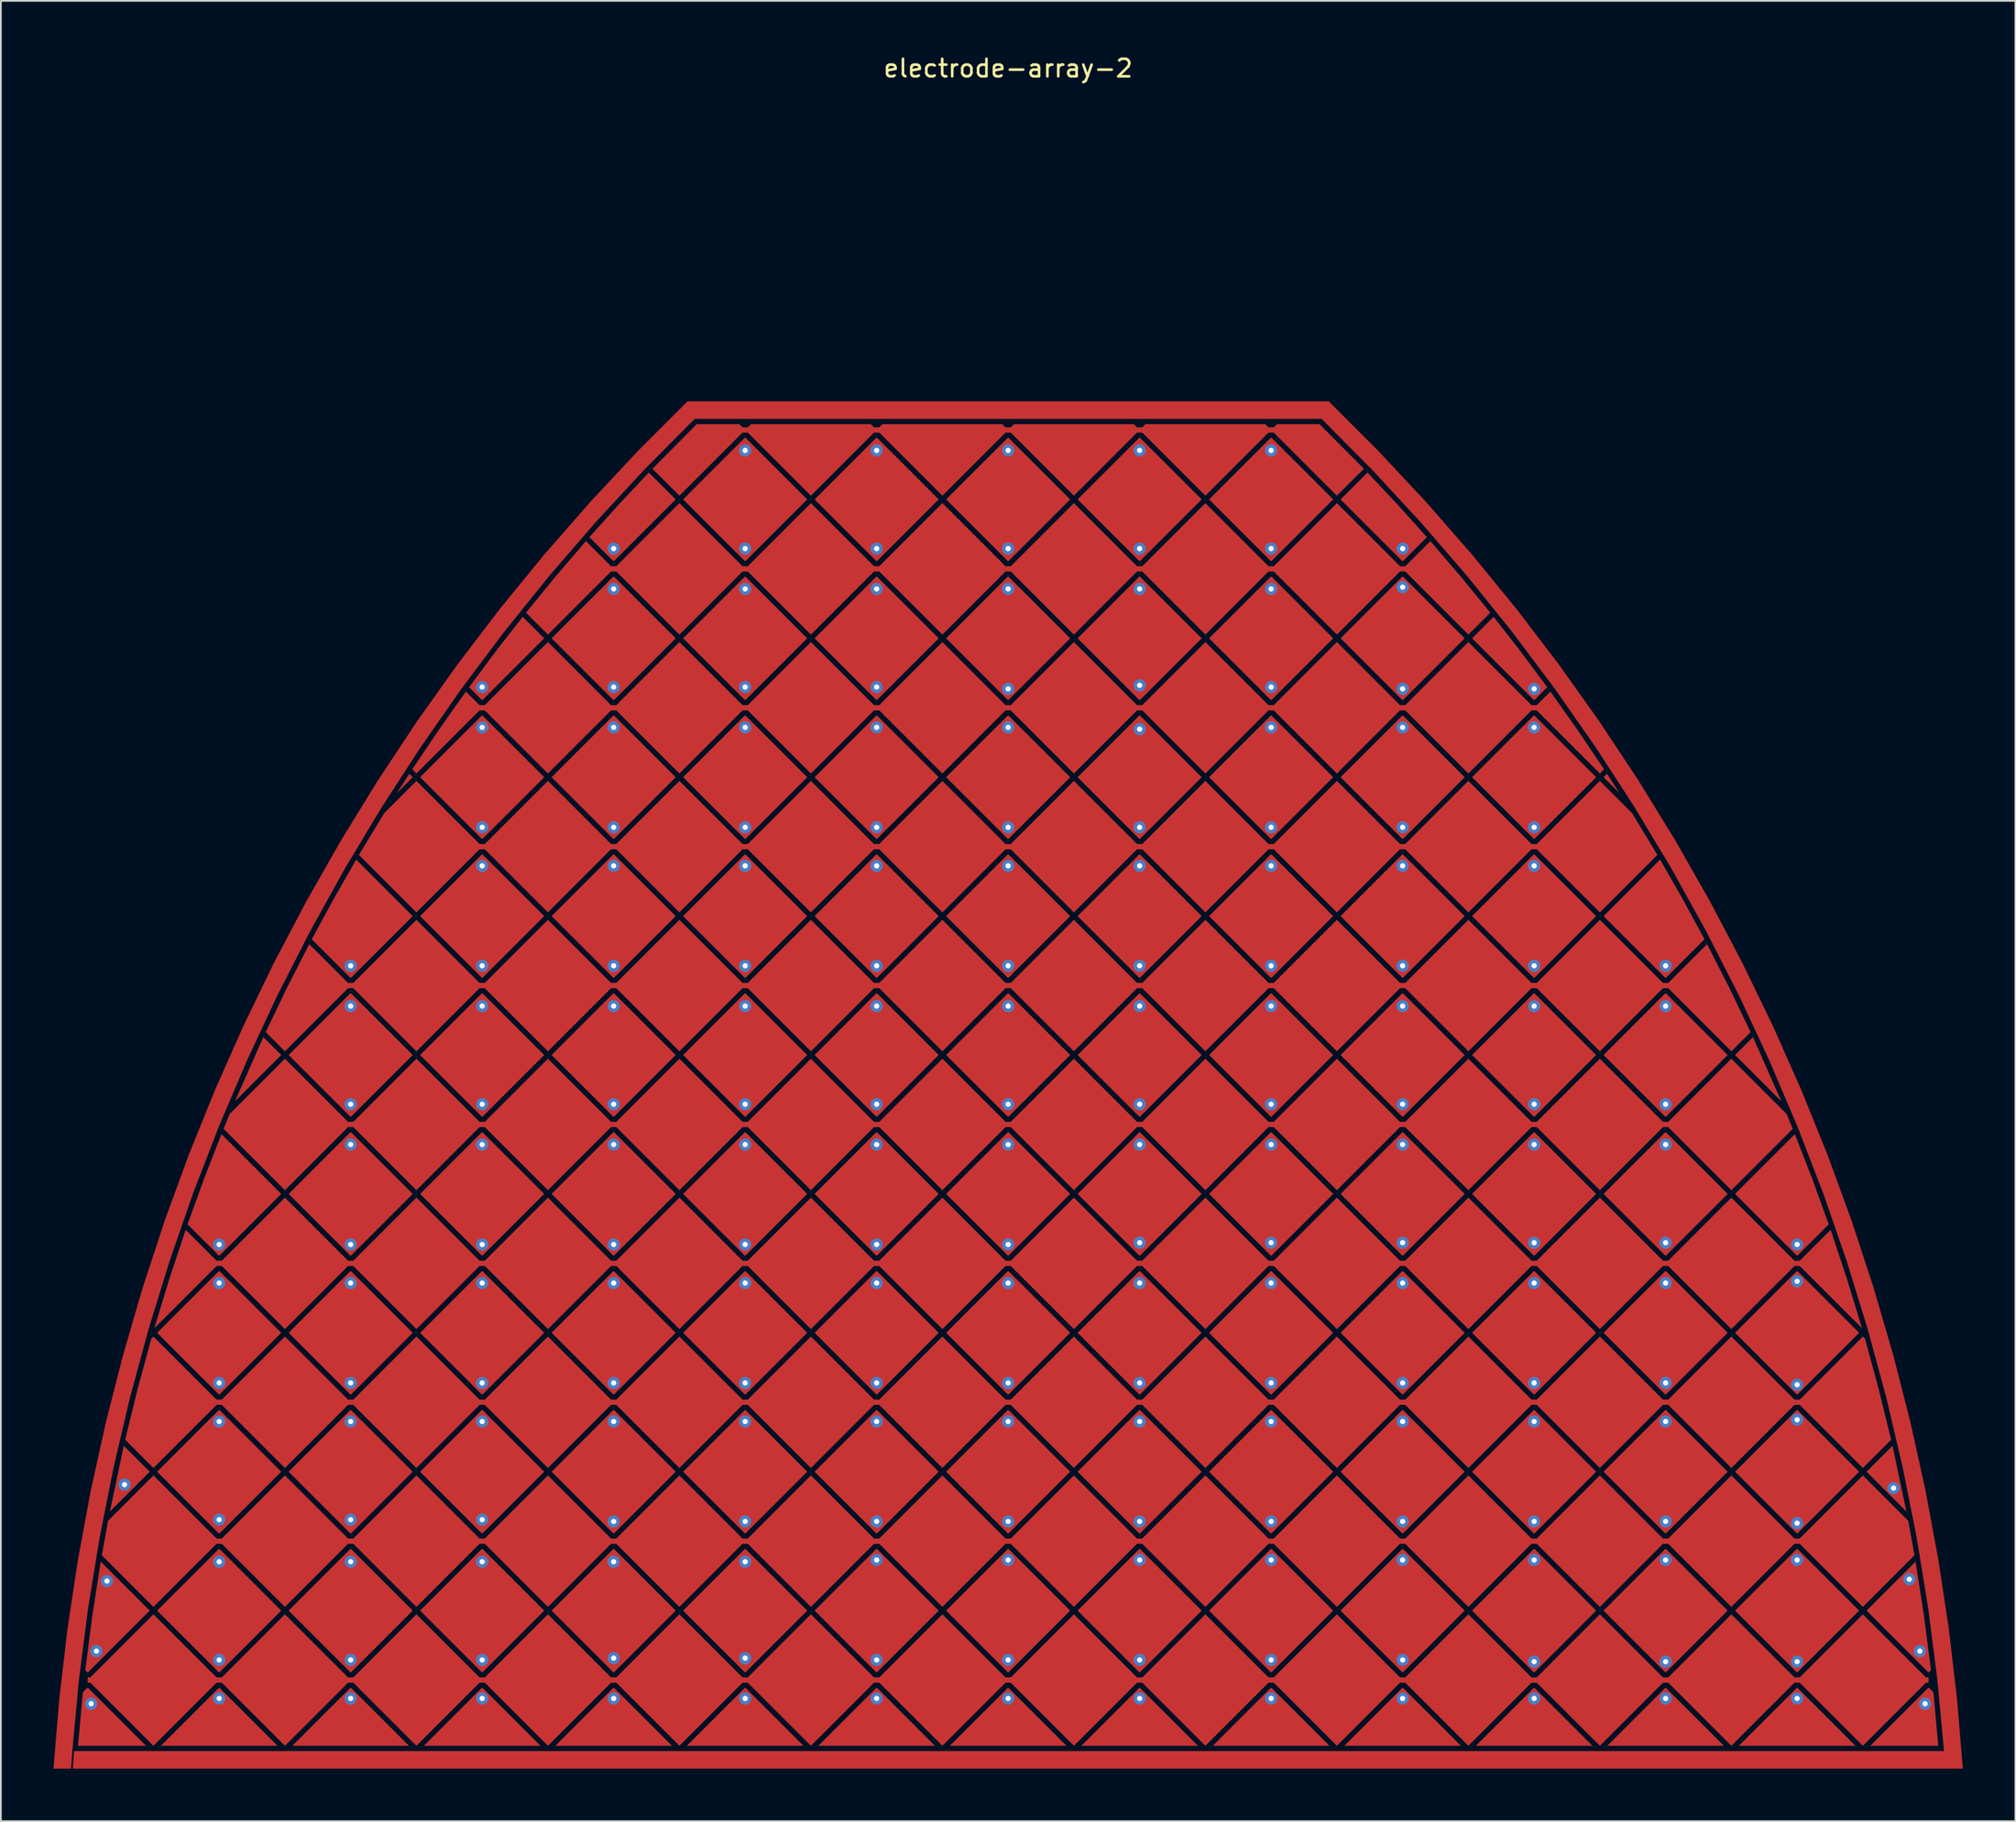
<source format=kicad_pcb>
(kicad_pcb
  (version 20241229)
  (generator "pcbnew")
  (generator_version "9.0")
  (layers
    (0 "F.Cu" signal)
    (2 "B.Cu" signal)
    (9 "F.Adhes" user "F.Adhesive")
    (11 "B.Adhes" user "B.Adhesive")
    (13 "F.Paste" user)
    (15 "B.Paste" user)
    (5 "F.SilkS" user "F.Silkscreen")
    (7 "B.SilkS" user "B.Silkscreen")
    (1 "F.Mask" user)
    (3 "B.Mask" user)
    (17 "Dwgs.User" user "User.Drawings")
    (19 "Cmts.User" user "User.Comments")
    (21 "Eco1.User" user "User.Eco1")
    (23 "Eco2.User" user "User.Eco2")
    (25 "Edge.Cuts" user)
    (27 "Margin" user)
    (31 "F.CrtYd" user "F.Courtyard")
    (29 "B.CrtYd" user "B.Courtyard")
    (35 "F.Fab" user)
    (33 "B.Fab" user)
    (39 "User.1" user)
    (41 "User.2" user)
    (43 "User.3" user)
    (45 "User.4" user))
  (footprint "electrode-array-2"
    (layer "F.Cu")
    (at 54.451 4.848)
    (property "Reference" "electrode-array-2" (at 0 -4 0) (layer "F.SilkS") (effects (font (size 1 1) (thickness 0.15))))
    (attr through_hole)
    (fp_poly (pts (xy -50.441 74.585) (xy -51.234 78.336) (xy -48.962 76.064) (xy -50.441 74.585)) (stroke (width 0.001) (type solid)) (fill yes) (layer "F.Cu"))
    (fp_poly (pts (xy -42.481 51.272) (xy -44.097 54.926) (xy -41.462 52.291) (xy -42.481 51.272)) (stroke (width 0.001) (type solid)) (fill yes) (layer "F.Cu"))
    (fp_poly (pts (xy -34.156 36.248) (xy -33.962 36.442) (xy -34.863 37.343) (xy -34.156 36.248)) (stroke (width 0.001) (type solid)) (fill yes) (layer "F.Cu"))
    (fp_poly (pts (xy 34.865 37.345) (xy 34.157 36.248) (xy 33.962 36.442) (xy 34.865 37.345)) (stroke (width 0.001) (type solid)) (fill yes) (layer "F.Cu"))
    (fp_poly (pts (xy 44.099 54.927) (xy 42.482 51.271) (xy 41.462 52.291) (xy 44.099 54.927)) (stroke (width 0.001) (type solid)) (fill yes) (layer "F.Cu"))
    (fp_poly (pts (xy 50.442 74.584) (xy 48.962 76.064) (xy 51.236 78.337) (xy 50.442 74.584)) (stroke (width 0.001) (type solid)) (fill yes) (layer "F.Cu"))
    (fp_poly (pts (xy -45.026 88.4) (xy -48.326 91.7) (xy -41.674 91.7) (xy -44.974 88.4) (xy -45.026 88.4)) (stroke (width 0.001) (type solid)) (fill yes) (layer "F.Cu"))
    (fp_poly (pts (xy -37.526 88.4) (xy -40.826 91.7) (xy -34.174 91.7) (xy -37.474 88.4) (xy -37.526 88.4)) (stroke (width 0.001) (type solid)) (fill yes) (layer "F.Cu"))
    (fp_poly (pts (xy -30.026 88.4) (xy -33.326 91.7) (xy -26.674 91.7) (xy -29.974 88.4) (xy -30.026 88.4)) (stroke (width 0.001) (type solid)) (fill yes) (layer "F.Cu"))
    (fp_poly (pts (xy -22.526 88.4) (xy -25.826 91.7) (xy -19.174 91.7) (xy -22.474 88.4) (xy -22.526 88.4)) (stroke (width 0.001) (type solid)) (fill yes) (layer "F.Cu"))
    (fp_poly (pts (xy -15.026 88.4) (xy -18.326 91.7) (xy -11.674 91.7) (xy -14.974 88.4) (xy -15.026 88.4)) (stroke (width 0.001) (type solid)) (fill yes) (layer "F.Cu"))
    (fp_poly (pts (xy -7.526 88.4) (xy -10.826 91.7) (xy -4.174 91.7) (xy -7.474 88.4) (xy -7.526 88.4)) (stroke (width 0.001) (type solid)) (fill yes) (layer "F.Cu"))
    (fp_poly (pts (xy -0.026 88.4) (xy -3.326 91.7) (xy 3.326 91.7) (xy 0.026 88.4) (xy -0.026 88.4)) (stroke (width 0.001) (type solid)) (fill yes) (layer "F.Cu"))
    (fp_poly (pts (xy 7.474 88.4) (xy 4.174 91.7) (xy 10.826 91.7) (xy 7.526 88.4) (xy 7.474 88.4)) (stroke (width 0.001) (type solid)) (fill yes) (layer "F.Cu"))
    (fp_poly (pts (xy 14.974 88.4) (xy 11.674 91.7) (xy 18.326 91.7) (xy 15.026 88.4) (xy 14.974 88.4)) (stroke (width 0.001) (type solid)) (fill yes) (layer "F.Cu"))
    (fp_poly (pts (xy 22.474 88.4) (xy 19.174 91.7) (xy 25.826 91.7) (xy 22.526 88.4) (xy 22.474 88.4)) (stroke (width 0.001) (type solid)) (fill yes) (layer "F.Cu"))
    (fp_poly (pts (xy 29.974 88.4) (xy 26.674 91.7) (xy 33.326 91.7) (xy 30.026 88.4) (xy 29.974 88.4)) (stroke (width 0.001) (type solid)) (fill yes) (layer "F.Cu"))
    (fp_poly (pts (xy 37.474 88.4) (xy 34.174 91.7) (xy 40.826 91.7) (xy 37.526 88.4) (xy 37.474 88.4)) (stroke (width 0.001) (type solid)) (fill yes) (layer "F.Cu"))
    (fp_poly (pts (xy 44.974 88.4) (xy 45.026 88.4) (xy 48.326 91.7) (xy 41.674 91.7) (xy 44.974 88.4)) (stroke (width 0.001) (type solid)) (fill yes) (layer "F.Cu"))
    (fp_poly (pts (xy -52.774 88.648) (xy -53.053 91.7) (xy -49.174 91.7) (xy -52.474 88.4) (xy -52.526 88.4) (xy -52.774 88.648)) (stroke (width 0.001) (type solid)) (fill yes) (layer "F.Cu"))
    (fp_poly (pts (xy 52.474 88.4) (xy 49.174 91.7) (xy 53.054 91.7) (xy 52.775 88.65) (xy 52.526 88.4) (xy 52.474 88.4)) (stroke (width 0.001) (type solid)) (fill yes) (layer "F.Cu"))
    (fp_poly (pts (xy -52.236 84.287) (xy -51.755 81.195) (xy -48.962 83.988) (xy -52.474 87.5) (xy -52.526 87.5) (xy -52.636 87.39) (xy -52.236 84.287)) (stroke (width 0.001) (type solid)) (fill yes) (layer "F.Cu"))
    (fp_poly (pts (xy -48.538 68.139) (xy -45.026 64.627) (xy -44.974 64.627) (xy -41.462 68.139) (xy -44.974 71.651) (xy -45.026 71.651) (xy -48.538 68.139)) (stroke (width 0.001) (type solid)) (fill yes) (layer "F.Cu"))
    (fp_poly (pts (xy -45.026 72.551) (xy -48.538 76.064) (xy -45.026 79.576) (xy -44.974 79.576) (xy -41.462 76.064) (xy -44.974 72.551) (xy -45.026 72.551)) (stroke (width 0.001) (type solid)) (fill yes) (layer "F.Cu"))
    (fp_poly (pts (xy -45.026 80.476) (xy -48.538 83.988) (xy -45.026 87.5) (xy -44.974 87.5) (xy -41.462 83.988) (xy -44.974 80.476) (xy -45.026 80.476)) (stroke (width 0.001) (type solid)) (fill yes) (layer "F.Cu"))
    (fp_poly (pts (xy -44.974 63.727) (xy -41.462 60.215) (xy -44.872 56.805) (xy -45.867 59.366) (xy -46.803 61.95) (xy -45.026 63.727) (xy -44.974 63.727)) (stroke (width 0.001) (type solid)) (fill yes) (layer "F.Cu"))
    (fp_poly (pts (xy -39.717 45.688) (xy -37.526 47.879) (xy -37.474 47.879) (xy -33.962 44.367) (xy -37.186 41.143) (xy -38.476 43.401) (xy -39.717 45.688)) (stroke (width 0.001) (type solid)) (fill yes) (layer "F.Cu"))
    (fp_poly (pts (xy -37.526 48.779) (xy -37.474 48.779) (xy -33.962 52.291) (xy -37.474 55.803) (xy -37.526 55.803) (xy -41.038 52.291) (xy -37.526 48.779)) (stroke (width 0.001) (type solid)) (fill yes) (layer "F.Cu"))
    (fp_poly (pts (xy -37.526 63.727) (xy -37.474 63.727) (xy -33.962 60.215) (xy -37.474 56.703) (xy -37.526 56.703) (xy -41.038 60.215) (xy -37.526 63.727)) (stroke (width 0.001) (type solid)) (fill yes) (layer "F.Cu"))
    (fp_poly (pts (xy -37.526 71.651) (xy -37.474 71.651) (xy -33.962 68.139) (xy -37.474 64.627) (xy -37.526 64.627) (xy -41.038 68.139) (xy -37.526 71.651)) (stroke (width 0.001) (type solid)) (fill yes) (layer "F.Cu"))
    (fp_poly (pts (xy -37.526 79.576) (xy -37.474 79.576) (xy -33.962 76.064) (xy -37.474 72.551) (xy -37.526 72.551) (xy -41.038 76.064) (xy -37.526 79.576)) (stroke (width 0.001) (type solid)) (fill yes) (layer "F.Cu"))
    (fp_poly (pts (xy -37.526 87.5) (xy -37.474 87.5) (xy -33.962 83.988) (xy -37.474 80.476) (xy -37.526 80.476) (xy -41.038 83.988) (xy -37.526 87.5)) (stroke (width 0.001) (type solid)) (fill yes) (layer "F.Cu"))
    (fp_poly (pts (xy -30.026 32.03) (xy -29.974 32.03) (xy -26.462 28.518) (xy -27.689 27.291) (xy -29.24 29.283) (xy -30.748 31.308) (xy -30.026 32.03)) (stroke (width 0.001) (type solid)) (fill yes) (layer "F.Cu"))
    (fp_poly (pts (xy -29.974 40.854) (xy -30.026 40.854) (xy -33.538 44.367) (xy -30.026 47.879) (xy -29.974 47.879) (xy -26.462 44.367) (xy -29.974 40.854)) (stroke (width 0.001) (type solid)) (fill yes) (layer "F.Cu"))
    (fp_poly (pts (xy -29.974 48.779) (xy -30.026 48.779) (xy -33.538 52.291) (xy -30.026 55.803) (xy -29.974 55.803) (xy -26.462 52.291) (xy -29.974 48.779)) (stroke (width 0.001) (type solid)) (fill yes) (layer "F.Cu"))
    (fp_poly (pts (xy -29.974 56.703) (xy -30.026 56.703) (xy -33.538 60.215) (xy -30.026 63.727) (xy -29.974 63.727) (xy -26.462 60.215) (xy -29.974 56.703)) (stroke (width 0.001) (type solid)) (fill yes) (layer "F.Cu"))
    (fp_poly (pts (xy -29.974 64.627) (xy -30.026 64.627) (xy -33.538 68.139) (xy -30.026 71.651) (xy -29.974 71.651) (xy -26.462 68.139) (xy -29.974 64.627)) (stroke (width 0.001) (type solid)) (fill yes) (layer "F.Cu"))
    (fp_poly (pts (xy -29.974 72.551) (xy -30.026 72.551) (xy -33.538 76.064) (xy -30.026 79.576) (xy -29.974 79.576) (xy -26.462 76.064) (xy -29.974 72.551)) (stroke (width 0.001) (type solid)) (fill yes) (layer "F.Cu"))
    (fp_poly (pts (xy -29.974 80.476) (xy -30.026 80.476) (xy -33.538 83.988) (xy -30.026 87.5) (xy -29.974 87.5) (xy -26.462 83.988) (xy -29.974 80.476)) (stroke (width 0.001) (type solid)) (fill yes) (layer "F.Cu"))
    (fp_poly (pts (xy -26.462 36.442) (xy -29.974 39.954) (xy -30.026 39.954) (xy -33.538 36.442) (xy -30.026 32.93) (xy -29.974 32.93) (xy -26.462 36.442)) (stroke (width 0.001) (type solid)) (fill yes) (layer "F.Cu"))
    (fp_poly (pts (xy -22.474 32.93) (xy -22.526 32.93) (xy -26.038 36.442) (xy -22.526 39.954) (xy -22.474 39.954) (xy -18.962 36.442) (xy -22.474 32.93)) (stroke (width 0.001) (type solid)) (fill yes) (layer "F.Cu"))
    (fp_poly (pts (xy -22.474 40.854) (xy -22.526 40.854) (xy -26.038 44.367) (xy -22.526 47.879) (xy -22.474 47.879) (xy -18.962 44.367) (xy -22.474 40.854)) (stroke (width 0.001) (type solid)) (fill yes) (layer "F.Cu"))
    (fp_poly (pts (xy -22.474 48.779) (xy -22.526 48.779) (xy -26.038 52.291) (xy -22.526 55.803) (xy -22.474 55.803) (xy -18.962 52.291) (xy -22.474 48.779)) (stroke (width 0.001) (type solid)) (fill yes) (layer "F.Cu"))
    (fp_poly (pts (xy -22.474 56.703) (xy -22.526 56.703) (xy -26.038 60.215) (xy -22.526 63.727) (xy -22.474 63.727) (xy -18.962 60.215) (xy -22.474 56.703)) (stroke (width 0.001) (type solid)) (fill yes) (layer "F.Cu"))
    (fp_poly (pts (xy -22.474 64.627) (xy -22.526 64.627) (xy -26.038 68.139) (xy -22.526 71.651) (xy -22.474 71.651) (xy -18.962 68.139) (xy -22.474 64.627)) (stroke (width 0.001) (type solid)) (fill yes) (layer "F.Cu"))
    (fp_poly (pts (xy -22.474 72.551) (xy -22.526 72.551) (xy -26.038 76.064) (xy -22.526 79.576) (xy -22.474 79.576) (xy -18.962 76.064) (xy -22.474 72.551)) (stroke (width 0.001) (type solid)) (fill yes) (layer "F.Cu"))
    (fp_poly (pts (xy -22.474 80.476) (xy -22.526 80.476) (xy -26.038 83.988) (xy -22.526 87.5) (xy -22.474 87.5) (xy -18.962 83.988) (xy -22.474 80.476)) (stroke (width 0.001) (type solid)) (fill yes) (layer "F.Cu"))
    (fp_poly (pts (xy -18.962 20.594) (xy -20.495 19.061) (xy -22.209 20.886) (xy -23.884 22.747) (xy -22.526 24.106) (xy -22.474 24.106) (xy -18.962 20.594)) (stroke (width 0.001) (type solid)) (fill yes) (layer "F.Cu"))
    (fp_poly (pts (xy -18.962 28.518) (xy -22.474 32.03) (xy -22.526 32.03) (xy -26.038 28.518) (xy -22.526 25.006) (xy -22.474 25.006) (xy -18.962 28.518)) (stroke (width 0.001) (type solid)) (fill yes) (layer "F.Cu"))
    (fp_poly (pts (xy -15.026 32.03) (xy -14.974 32.03) (xy -11.462 28.518) (xy -14.974 25.006) (xy -15.026 25.006) (xy -18.538 28.518) (xy -15.026 32.03)) (stroke (width 0.001) (type solid)) (fill yes) (layer "F.Cu"))
    (fp_poly (pts (xy -15.026 39.954) (xy -14.974 39.954) (xy -11.462 36.442) (xy -14.974 32.93) (xy -15.026 32.93) (xy -18.538 36.442) (xy -15.026 39.954)) (stroke (width 0.001) (type solid)) (fill yes) (layer "F.Cu"))
    (fp_poly (pts (xy -15.026 47.879) (xy -14.974 47.879) (xy -11.462 44.367) (xy -14.974 40.854) (xy -15.026 40.854) (xy -18.538 44.367) (xy -15.026 47.879)) (stroke (width 0.001) (type solid)) (fill yes) (layer "F.Cu"))
    (fp_poly (pts (xy -15.026 55.803) (xy -14.974 55.803) (xy -11.462 52.291) (xy -14.974 48.779) (xy -15.026 48.779) (xy -18.538 52.291) (xy -15.026 55.803)) (stroke (width 0.001) (type solid)) (fill yes) (layer "F.Cu"))
    (fp_poly (pts (xy -15.026 63.727) (xy -14.974 63.727) (xy -11.462 60.215) (xy -14.974 56.703) (xy -15.026 56.703) (xy -18.538 60.215) (xy -15.026 63.727)) (stroke (width 0.001) (type solid)) (fill yes) (layer "F.Cu"))
    (fp_poly (pts (xy -15.026 71.651) (xy -14.974 71.651) (xy -11.462 68.139) (xy -14.974 64.627) (xy -15.026 64.627) (xy -18.538 68.139) (xy -15.026 71.651)) (stroke (width 0.001) (type solid)) (fill yes) (layer "F.Cu"))
    (fp_poly (pts (xy -15.026 79.576) (xy -14.974 79.576) (xy -11.462 76.064) (xy -14.974 72.551) (xy -15.026 72.551) (xy -18.538 76.064) (xy -15.026 79.576)) (stroke (width 0.001) (type solid)) (fill yes) (layer "F.Cu"))
    (fp_poly (pts (xy -15.026 87.5) (xy -14.974 87.5) (xy -11.462 83.988) (xy -14.974 80.476) (xy -15.026 80.476) (xy -18.538 83.988) (xy -15.026 87.5)) (stroke (width 0.001) (type solid)) (fill yes) (layer "F.Cu"))
    (fp_poly (pts (xy -14.974 24.106) (xy -15.026 24.106) (xy -18.538 20.594) (xy -15.026 17.082) (xy -14.974 17.082) (xy -11.462 20.594) (xy -14.974 24.106)) (stroke (width 0.001) (type solid)) (fill yes) (layer "F.Cu"))
    (fp_poly (pts (xy -7.526 25.006) (xy -11.038 28.518) (xy -7.526 32.03) (xy -7.474 32.03) (xy -3.962 28.518) (xy -7.474 25.006) (xy -7.526 25.006)) (stroke (width 0.001) (type solid)) (fill yes) (layer "F.Cu"))
    (fp_poly (pts (xy -7.526 32.93) (xy -11.038 36.442) (xy -7.526 39.954) (xy -7.474 39.954) (xy -3.962 36.442) (xy -7.474 32.93) (xy -7.526 32.93)) (stroke (width 0.001) (type solid)) (fill yes) (layer "F.Cu"))
    (fp_poly (pts (xy -7.526 40.854) (xy -11.038 44.367) (xy -7.526 47.879) (xy -7.474 47.879) (xy -3.962 44.367) (xy -7.474 40.854) (xy -7.526 40.854)) (stroke (width 0.001) (type solid)) (fill yes) (layer "F.Cu"))
    (fp_poly (pts (xy -7.526 48.779) (xy -11.038 52.291) (xy -7.526 55.803) (xy -7.474 55.803) (xy -3.962 52.291) (xy -7.474 48.779) (xy -7.526 48.779)) (stroke (width 0.001) (type solid)) (fill yes) (layer "F.Cu"))
    (fp_poly (pts (xy -7.526 56.703) (xy -11.038 60.215) (xy -7.526 63.727) (xy -7.474 63.727) (xy -3.962 60.215) (xy -7.474 56.703) (xy -7.526 56.703)) (stroke (width 0.001) (type solid)) (fill yes) (layer "F.Cu"))
    (fp_poly (pts (xy -7.526 64.627) (xy -11.038 68.139) (xy -7.526 71.651) (xy -7.474 71.651) (xy -3.962 68.139) (xy -7.474 64.627) (xy -7.526 64.627)) (stroke (width 0.001) (type solid)) (fill yes) (layer "F.Cu"))
    (fp_poly (pts (xy -7.526 72.551) (xy -11.038 76.064) (xy -7.526 79.576) (xy -7.474 79.576) (xy -3.962 76.064) (xy -7.474 72.551) (xy -7.526 72.551)) (stroke (width 0.001) (type solid)) (fill yes) (layer "F.Cu"))
    (fp_poly (pts (xy -7.526 80.476) (xy -11.038 83.988) (xy -7.526 87.5) (xy -7.474 87.5) (xy -3.962 83.988) (xy -7.474 80.476) (xy -7.526 80.476)) (stroke (width 0.001) (type solid)) (fill yes) (layer "F.Cu"))
    (fp_poly (pts (xy -3.962 20.594) (xy -7.474 24.106) (xy -7.526 24.106) (xy -11.038 20.594) (xy -7.526 17.082) (xy -7.474 17.082) (xy -3.962 20.594)) (stroke (width 0.001) (type solid)) (fill yes) (layer "F.Cu"))
    (fp_poly (pts (xy -0.026 17.082) (xy -3.538 20.594) (xy -0.026 24.106) (xy 0.026 24.106) (xy 3.538 20.594) (xy 0.026 17.082) (xy -0.026 17.082)) (stroke (width 0.001) (type solid)) (fill yes) (layer "F.Cu"))
    (fp_poly (pts (xy -0.026 25.006) (xy -3.538 28.518) (xy -0.026 32.03) (xy 0.026 32.03) (xy 3.538 28.518) (xy 0.026 25.006) (xy -0.026 25.006)) (stroke (width 0.001) (type solid)) (fill yes) (layer "F.Cu"))
    (fp_poly (pts (xy -0.026 32.93) (xy -3.538 36.442) (xy -0.026 39.954) (xy 0.026 39.954) (xy 3.538 36.442) (xy 0.026 32.93) (xy -0.026 32.93)) (stroke (width 0.001) (type solid)) (fill yes) (layer "F.Cu"))
    (fp_poly (pts (xy -0.026 40.854) (xy -3.538 44.367) (xy -0.026 47.879) (xy 0.026 47.879) (xy 3.538 44.367) (xy 0.026 40.854) (xy -0.026 40.854)) (stroke (width 0.001) (type solid)) (fill yes) (layer "F.Cu"))
    (fp_poly (pts (xy -0.026 48.779) (xy -3.538 52.291) (xy -0.026 55.803) (xy 0.026 55.803) (xy 3.538 52.291) (xy 0.026 48.779) (xy -0.026 48.779)) (stroke (width 0.001) (type solid)) (fill yes) (layer "F.Cu"))
    (fp_poly (pts (xy -0.026 56.703) (xy -3.538 60.215) (xy -0.026 63.727) (xy 0.026 63.727) (xy 3.538 60.215) (xy 0.026 56.703) (xy -0.026 56.703)) (stroke (width 0.001) (type solid)) (fill yes) (layer "F.Cu"))
    (fp_poly (pts (xy -0.026 64.627) (xy -3.538 68.139) (xy -0.026 71.651) (xy 0.026 71.651) (xy 3.538 68.139) (xy 0.026 64.627) (xy -0.026 64.627)) (stroke (width 0.001) (type solid)) (fill yes) (layer "F.Cu"))
    (fp_poly (pts (xy -0.026 72.551) (xy -3.538 76.064) (xy -0.026 79.576) (xy 0.026 79.576) (xy 3.538 76.064) (xy 0.026 72.551) (xy -0.026 72.551)) (stroke (width 0.001) (type solid)) (fill yes) (layer "F.Cu"))
    (fp_poly (pts (xy -0.026 80.476) (xy -3.538 83.988) (xy -0.026 87.5) (xy 0.026 87.5) (xy 3.538 83.988) (xy 0.026 80.476) (xy -0.026 80.476)) (stroke (width 0.001) (type solid)) (fill yes) (layer "F.Cu"))
    (fp_poly (pts (xy 7.474 32.03) (xy 7.526 32.03) (xy 11.038 28.518) (xy 7.526 25.006) (xy 7.474 25.006) (xy 3.962 28.518) (xy 7.474 32.03)) (stroke (width 0.001) (type solid)) (fill yes) (layer "F.Cu"))
    (fp_poly (pts (xy 7.474 39.954) (xy 7.526 39.954) (xy 11.038 36.442) (xy 7.526 32.93) (xy 7.474 32.93) (xy 3.962 36.442) (xy 7.474 39.954)) (stroke (width 0.001) (type solid)) (fill yes) (layer "F.Cu"))
    (fp_poly (pts (xy 7.474 47.879) (xy 7.526 47.879) (xy 11.038 44.367) (xy 7.526 40.854) (xy 7.474 40.854) (xy 3.962 44.367) (xy 7.474 47.879)) (stroke (width 0.001) (type solid)) (fill yes) (layer "F.Cu"))
    (fp_poly (pts (xy 7.474 55.803) (xy 7.526 55.803) (xy 11.038 52.291) (xy 7.526 48.779) (xy 7.474 48.779) (xy 3.962 52.291) (xy 7.474 55.803)) (stroke (width 0.001) (type solid)) (fill yes) (layer "F.Cu"))
    (fp_poly (pts (xy 7.474 63.727) (xy 7.526 63.727) (xy 11.038 60.215) (xy 7.526 56.703) (xy 7.474 56.703) (xy 3.962 60.215) (xy 7.474 63.727)) (stroke (width 0.001) (type solid)) (fill yes) (layer "F.Cu"))
    (fp_poly (pts (xy 7.474 71.651) (xy 7.526 71.651) (xy 11.038 68.139) (xy 7.526 64.627) (xy 7.474 64.627) (xy 3.962 68.139) (xy 7.474 71.651)) (stroke (width 0.001) (type solid)) (fill yes) (layer "F.Cu"))
    (fp_poly (pts (xy 7.474 79.576) (xy 7.526 79.576) (xy 11.038 76.064) (xy 7.526 72.551) (xy 7.474 72.551) (xy 3.962 76.064) (xy 7.474 79.576)) (stroke (width 0.001) (type solid)) (fill yes) (layer "F.Cu"))
    (fp_poly (pts (xy 7.474 87.5) (xy 7.526 87.5) (xy 11.038 83.988) (xy 7.526 80.476) (xy 7.474 80.476) (xy 3.962 83.988) (xy 7.474 87.5)) (stroke (width 0.001) (type solid)) (fill yes) (layer "F.Cu"))
    (fp_poly (pts (xy 7.526 24.106) (xy 7.474 24.106) (xy 3.962 20.594) (xy 7.474 17.082) (xy 7.526 17.082) (xy 11.038 20.594) (xy 7.526 24.106)) (stroke (width 0.001) (type solid)) (fill yes) (layer "F.Cu"))
    (fp_poly (pts (xy 14.974 24.106) (xy 11.462 20.594) (xy 14.974 17.082) (xy 15.026 17.082) (xy 18.538 20.594) (xy 15.026 24.106) (xy 14.974 24.106)) (stroke (width 0.001) (type solid)) (fill yes) (layer "F.Cu"))
    (fp_poly (pts (xy 15.026 32.03) (xy 18.538 28.518) (xy 15.026 25.006) (xy 14.974 25.006) (xy 11.462 28.518) (xy 14.974 32.03) (xy 15.026 32.03)) (stroke (width 0.001) (type solid)) (fill yes) (layer "F.Cu"))
    (fp_poly (pts (xy 15.026 39.954) (xy 18.538 36.442) (xy 15.026 32.93) (xy 14.974 32.93) (xy 11.462 36.442) (xy 14.974 39.954) (xy 15.026 39.954)) (stroke (width 0.001) (type solid)) (fill yes) (layer "F.Cu"))
    (fp_poly (pts (xy 15.026 47.879) (xy 18.538 44.367) (xy 15.026 40.854) (xy 14.974 40.854) (xy 11.462 44.367) (xy 14.974 47.879) (xy 15.026 47.879)) (stroke (width 0.001) (type solid)) (fill yes) (layer "F.Cu"))
    (fp_poly (pts (xy 15.026 55.803) (xy 18.538 52.291) (xy 15.026 48.779) (xy 14.974 48.779) (xy 11.462 52.291) (xy 14.974 55.803) (xy 15.026 55.803)) (stroke (width 0.001) (type solid)) (fill yes) (layer "F.Cu"))
    (fp_poly (pts (xy 15.026 63.727) (xy 18.538 60.215) (xy 15.026 56.703) (xy 14.974 56.703) (xy 11.462 60.215) (xy 14.974 63.727) (xy 15.026 63.727)) (stroke (width 0.001) (type solid)) (fill yes) (layer "F.Cu"))
    (fp_poly (pts (xy 15.026 71.651) (xy 18.538 68.139) (xy 15.026 64.627) (xy 14.974 64.627) (xy 11.462 68.139) (xy 14.974 71.651) (xy 15.026 71.651)) (stroke (width 0.001) (type solid)) (fill yes) (layer "F.Cu"))
    (fp_poly (pts (xy 15.026 79.576) (xy 18.538 76.064) (xy 15.026 72.551) (xy 14.974 72.551) (xy 11.462 76.064) (xy 14.974 79.576) (xy 15.026 79.576)) (stroke (width 0.001) (type solid)) (fill yes) (layer "F.Cu"))
    (fp_poly (pts (xy 15.026 87.5) (xy 18.538 83.988) (xy 15.026 80.476) (xy 14.974 80.476) (xy 11.462 83.988) (xy 14.974 87.5) (xy 15.026 87.5)) (stroke (width 0.001) (type solid)) (fill yes) (layer "F.Cu"))
    (fp_poly (pts (xy 22.474 24.106) (xy 22.526 24.106) (xy 23.885 22.747) (xy 22.21 20.886) (xy 20.496 19.06) (xy 18.962 20.594) (xy 22.474 24.106)) (stroke (width 0.001) (type solid)) (fill yes) (layer "F.Cu"))
    (fp_poly (pts (xy 22.474 32.03) (xy 18.962 28.518) (xy 22.474 25.006) (xy 22.526 25.006) (xy 26.038 28.518) (xy 22.526 32.03) (xy 22.474 32.03)) (stroke (width 0.001) (type solid)) (fill yes) (layer "F.Cu"))
    (fp_poly (pts (xy 22.526 32.93) (xy 22.474 32.93) (xy 18.962 36.442) (xy 22.474 39.954) (xy 22.526 39.954) (xy 26.038 36.442) (xy 22.526 32.93)) (stroke (width 0.001) (type solid)) (fill yes) (layer "F.Cu"))
    (fp_poly (pts (xy 22.526 40.854) (xy 22.474 40.854) (xy 18.962 44.367) (xy 22.474 47.879) (xy 22.526 47.879) (xy 26.038 44.367) (xy 22.526 40.854)) (stroke (width 0.001) (type solid)) (fill yes) (layer "F.Cu"))
    (fp_poly (pts (xy 22.526 48.779) (xy 22.474 48.779) (xy 18.962 52.291) (xy 22.474 55.803) (xy 22.526 55.803) (xy 26.038 52.291) (xy 22.526 48.779)) (stroke (width 0.001) (type solid)) (fill yes) (layer "F.Cu"))
    (fp_poly (pts (xy 22.526 56.703) (xy 22.474 56.703) (xy 18.962 60.215) (xy 22.474 63.727) (xy 22.526 63.727) (xy 26.038 60.215) (xy 22.526 56.703)) (stroke (width 0.001) (type solid)) (fill yes) (layer "F.Cu"))
    (fp_poly (pts (xy 22.526 64.627) (xy 22.474 64.627) (xy 18.962 68.139) (xy 22.474 71.651) (xy 22.526 71.651) (xy 26.038 68.139) (xy 22.526 64.627)) (stroke (width 0.001) (type solid)) (fill yes) (layer "F.Cu"))
    (fp_poly (pts (xy 22.526 72.551) (xy 22.474 72.551) (xy 18.962 76.064) (xy 22.474 79.576) (xy 22.526 79.576) (xy 26.038 76.064) (xy 22.526 72.551)) (stroke (width 0.001) (type solid)) (fill yes) (layer "F.Cu"))
    (fp_poly (pts (xy 22.526 80.476) (xy 22.474 80.476) (xy 18.962 83.988) (xy 22.474 87.5) (xy 22.526 87.5) (xy 26.038 83.988) (xy 22.526 80.476)) (stroke (width 0.001) (type solid)) (fill yes) (layer "F.Cu"))
    (fp_poly (pts (xy 26.462 28.518) (xy 29.974 32.03) (xy 30.026 32.03) (xy 30.748 31.308) (xy 29.24 29.283) (xy 27.689 27.291) (xy 26.462 28.518)) (stroke (width 0.001) (type solid)) (fill yes) (layer "F.Cu"))
    (fp_poly (pts (xy 29.974 39.954) (xy 26.462 36.442) (xy 29.974 32.93) (xy 30.026 32.93) (xy 33.538 36.442) (xy 30.026 39.954) (xy 29.974 39.954)) (stroke (width 0.001) (type solid)) (fill yes) (layer "F.Cu"))
    (fp_poly (pts (xy 29.974 47.879) (xy 30.026 47.879) (xy 33.538 44.367) (xy 30.026 40.854) (xy 29.974 40.854) (xy 26.462 44.367) (xy 29.974 47.879)) (stroke (width 0.001) (type solid)) (fill yes) (layer "F.Cu"))
    (fp_poly (pts (xy 29.974 55.803) (xy 30.026 55.803) (xy 33.538 52.291) (xy 30.026 48.779) (xy 29.974 48.779) (xy 26.462 52.291) (xy 29.974 55.803)) (stroke (width 0.001) (type solid)) (fill yes) (layer "F.Cu"))
    (fp_poly (pts (xy 29.974 63.727) (xy 30.026 63.727) (xy 33.538 60.215) (xy 30.026 56.703) (xy 29.974 56.703) (xy 26.462 60.215) (xy 29.974 63.727)) (stroke (width 0.001) (type solid)) (fill yes) (layer "F.Cu"))
    (fp_poly (pts (xy 29.974 71.651) (xy 30.026 71.651) (xy 33.538 68.139) (xy 30.026 64.627) (xy 29.974 64.627) (xy 26.462 68.139) (xy 29.974 71.651)) (stroke (width 0.001) (type solid)) (fill yes) (layer "F.Cu"))
    (fp_poly (pts (xy 29.974 79.576) (xy 30.026 79.576) (xy 33.538 76.064) (xy 30.026 72.551) (xy 29.974 72.551) (xy 26.462 76.064) (xy 29.974 79.576)) (stroke (width 0.001) (type solid)) (fill yes) (layer "F.Cu"))
    (fp_poly (pts (xy 29.974 87.5) (xy 30.026 87.5) (xy 33.538 83.988) (xy 30.026 80.476) (xy 29.974 80.476) (xy 26.462 83.988) (xy 29.974 87.5)) (stroke (width 0.001) (type solid)) (fill yes) (layer "F.Cu"))
    (fp_poly (pts (xy 33.962 44.367) (xy 37.474 47.879) (xy 37.526 47.879) (xy 39.717 45.687) (xy 38.477 43.401) (xy 37.187 41.142) (xy 33.962 44.367)) (stroke (width 0.001) (type solid)) (fill yes) (layer "F.Cu"))
    (fp_poly (pts (xy 37.474 63.727) (xy 37.526 63.727) (xy 41.038 60.215) (xy 37.526 56.703) (xy 37.474 56.703) (xy 33.962 60.215) (xy 37.474 63.727)) (stroke (width 0.001) (type solid)) (fill yes) (layer "F.Cu"))
    (fp_poly (pts (xy 37.474 71.651) (xy 37.526 71.651) (xy 41.038 68.139) (xy 37.526 64.627) (xy 37.474 64.627) (xy 33.962 68.139) (xy 37.474 71.651)) (stroke (width 0.001) (type solid)) (fill yes) (layer "F.Cu"))
    (fp_poly (pts (xy 37.474 79.576) (xy 37.526 79.576) (xy 41.038 76.064) (xy 37.526 72.551) (xy 37.474 72.551) (xy 33.962 76.064) (xy 37.474 79.576)) (stroke (width 0.001) (type solid)) (fill yes) (layer "F.Cu"))
    (fp_poly (pts (xy 37.474 87.5) (xy 37.526 87.5) (xy 41.038 83.988) (xy 37.526 80.476) (xy 37.474 80.476) (xy 33.962 83.988) (xy 37.474 87.5)) (stroke (width 0.001) (type solid)) (fill yes) (layer "F.Cu"))
    (fp_poly (pts (xy 37.526 55.803) (xy 37.474 55.803) (xy 33.962 52.291) (xy 37.474 48.779) (xy 37.526 48.779) (xy 41.038 52.291) (xy 37.526 55.803)) (stroke (width 0.001) (type solid)) (fill yes) (layer "F.Cu"))
    (fp_poly (pts (xy 41.462 60.215) (xy 44.974 63.727) (xy 45.026 63.727) (xy 46.804 61.949) (xy 45.868 59.366) (xy 44.872 56.805) (xy 41.462 60.215)) (stroke (width 0.001) (type solid)) (fill yes) (layer "F.Cu"))
    (fp_poly (pts (xy 44.974 64.627) (xy 41.462 68.139) (xy 44.974 71.651) (xy 45.026 71.651) (xy 48.538 68.139) (xy 45.026 64.627) (xy 44.974 64.627)) (stroke (width 0.001) (type solid)) (fill yes) (layer "F.Cu"))
    (fp_poly (pts (xy 44.974 72.551) (xy 41.462 76.064) (xy 44.974 79.576) (xy 45.026 79.576) (xy 48.538 76.064) (xy 45.026 72.551) (xy 44.974 72.551)) (stroke (width 0.001) (type solid)) (fill yes) (layer "F.Cu"))
    (fp_poly (pts (xy 44.974 80.476) (xy 41.462 83.988) (xy 44.974 87.5) (xy 45.026 87.5) (xy 48.538 83.988) (xy 45.026 80.476) (xy 44.974 80.476)) (stroke (width 0.001) (type solid)) (fill yes) (layer "F.Cu"))
    (fp_poly (pts (xy 52.474 87.5) (xy 48.962 83.988) (xy 51.756 81.194) (xy 52.237 84.286) (xy 52.637 87.389) (xy 52.526 87.5) (xy 52.474 87.5)) (stroke (width 0.001) (type solid)) (fill yes) (layer "F.Cu"))
    (fp_poly (pts (xy 14.85 16.782) (xy 11.25 20.382) (xy 7.65 16.782) (xy 7.35 16.782) (xy 3.75 20.382) (xy 0.15 16.782) (xy -0.15 16.782) (xy -3.75 20.382) (xy -7.35 16.782) (xy -7.65 16.782) (xy -11.25 20.382) (xy -14.85 16.782) (xy -15.15 16.782) (xy -18.75 20.382) (xy -20.287 18.844) (xy -17.759 16.3) (xy -15.332 16.3) (xy -15.15 16.482) (xy -14.85 16.482) (xy -14.668 16.3) (xy -7.832 16.3) (xy -7.65 16.482) (xy -7.35 16.482) (xy -7.168 16.3) (xy -0.332 16.3) (xy -0.15 16.482) (xy 0.15 16.482) (xy 0.332 16.3) (xy 7.168 16.3) (xy 7.35 16.482) (xy 7.65 16.482) (xy 7.832 16.3) (xy 14.668 16.3) (xy 14.85 16.482) (xy 15.15 16.482) (xy 15.332 16.3) (xy 17.76 16.3) (xy 20.288 18.844) (xy 18.75 20.382) (xy 15.15 16.782) (xy 14.85 16.782)) (stroke (width 0.001) (type solid)) (fill yes) (layer "F.Cu"))
    (fp_poly (pts (xy 14.85 24.406) (xy 15.15 24.406) (xy 18.75 20.806) (xy 22.35 24.406) (xy 22.65 24.406) (xy 24.083 22.973) (xy 25.815 24.995) (xy 27.501 27.055) (xy 26.25 28.306) (xy 22.65 24.706) (xy 22.35 24.706) (xy 18.75 28.306) (xy 15.15 24.706) (xy 14.85 24.706) (xy 11.25 28.306) (xy 7.65 24.706) (xy 7.35 24.706) (xy 3.75 28.306) (xy 0.15 24.706) (xy -0.15 24.706) (xy -3.75 28.306) (xy -7.35 24.706) (xy -7.65 24.706) (xy -11.25 28.306) (xy -14.85 24.706) (xy -15.15 24.706) (xy -18.75 28.306) (xy -22.35 24.706) (xy -22.65 24.706) (xy -26.25 28.306) (xy -27.501 27.055) (xy -25.815 24.995) (xy -24.083 22.973) (xy -22.65 24.406) (xy -22.35 24.406) (xy -18.75 20.806) (xy -15.15 24.406) (xy -14.85 24.406) (xy -11.25 20.806) (xy -7.65 24.406) (xy -7.35 24.406) (xy -3.75 20.806) (xy -0.15 24.406) (xy 0.15 24.406) (xy 3.75 20.806) (xy 7.35 24.406) (xy 7.65 24.406) (xy 11.25 20.806) (xy 14.85 24.406)) (stroke (width 0.001) (type solid)) (fill yes) (layer "F.Cu"))
    (fp_poly (pts (xy -22.65 40.554) (xy -26.25 44.154) (xy -29.85 40.554) (xy -30.15 40.554) (xy -33.75 44.154) (xy -37.029 40.875) (xy -35.584 38.488) (xy -33.75 36.654) (xy -30.15 40.254) (xy -29.85 40.254) (xy -26.25 36.654) (xy -22.65 40.254) (xy -22.35 40.254) (xy -18.75 36.654) (xy -15.15 40.254) (xy -14.85 40.254) (xy -11.25 36.654) (xy -7.65 40.254) (xy -7.35 40.254) (xy -3.75 36.654) (xy -0.15 40.254) (xy 0.15 40.254) (xy 3.75 36.654) (xy 7.35 40.254) (xy 7.65 40.254) (xy 11.25 36.654) (xy 14.85 40.254) (xy 15.15 40.254) (xy 18.75 36.654) (xy 22.35 40.254) (xy 22.65 40.254) (xy 26.25 36.654) (xy 29.85 40.254) (xy 30.15 40.254) (xy 33.75 36.654) (xy 35.586 38.49) (xy 37.03 40.875) (xy 33.75 44.154) (xy 30.15 40.554) (xy 29.85 40.554) (xy 26.25 44.154) (xy 22.65 40.554) (xy 22.35 40.554) (xy 18.75 44.154) (xy 15.15 40.554) (xy 14.85 40.554) (xy 11.25 44.154) (xy 7.65 40.554) (xy 7.35 40.554) (xy 3.75 44.154) (xy 0.15 40.554) (xy -0.15 40.554) (xy -3.75 44.154) (xy -7.35 40.554) (xy -7.65 40.554) (xy -11.25 44.154) (xy -14.85 40.554) (xy -15.15 40.554) (xy -18.75 44.154) (xy -22.35 40.554) (xy -22.65 40.554)) (stroke (width 0.001) (type solid)) (fill yes) (layer "F.Cu"))
    (fp_poly (pts (xy 26.25 36.23) (xy 22.65 32.63) (xy 22.35 32.63) (xy 18.75 36.23) (xy 15.15 32.63) (xy 14.85 32.63) (xy 11.25 36.23) (xy 7.65 32.63) (xy 7.35 32.63) (xy 3.75 36.23) (xy 0.15 32.63) (xy -0.15 32.63) (xy -3.75 36.23) (xy -7.35 32.63) (xy -7.65 32.63) (xy -11.25 36.23) (xy -14.85 32.63) (xy -15.15 32.63) (xy -18.75 36.23) (xy -22.35 32.63) (xy -22.65 32.63) (xy -26.25 36.23) (xy -29.85 32.63) (xy -30.15 32.63) (xy -33.75 36.23) (xy -33.988 35.992) (xy -32.482 33.756) (xy -30.926 31.554) (xy -30.15 32.33) (xy -29.85 32.33) (xy -26.25 28.73) (xy -22.65 32.33) (xy -22.35 32.33) (xy -18.75 28.73) (xy -15.15 32.33) (xy -14.85 32.33) (xy -11.25 28.73) (xy -7.65 32.33) (xy -7.35 32.33) (xy -3.75 28.73) (xy -0.15 32.33) (xy 0.15 32.33) (xy 3.75 28.73) (xy 7.35 32.33) (xy 7.65 32.33) (xy 11.25 28.73) (xy 14.85 32.33) (xy 15.15 32.33) (xy 18.75 28.73) (xy 22.35 32.33) (xy 22.65 32.33) (xy 26.25 28.73) (xy 29.85 32.33) (xy 30.15 32.33) (xy 30.926 31.554) (xy 32.483 33.755) (xy 33.989 35.991) (xy 33.75 36.23) (xy 30.15 32.63) (xy 29.85 32.63) (xy 26.25 36.23)) (stroke (width 0.001) (type solid)) (fill yes) (layer "F.Cu"))
    (fp_poly (pts (xy -22.65 56.403) (xy -26.25 60.003) (xy -29.85 56.403) (xy -30.15 56.403) (xy -33.75 60.003) (xy -37.35 56.403) (xy -37.65 56.403) (xy -41.25 60.003) (xy -44.75 56.503) (xy -44.402 55.655) (xy -41.25 52.503) (xy -37.65 56.103) (xy -37.35 56.103) (xy -33.75 52.503) (xy -30.15 56.103) (xy -29.85 56.103) (xy -26.25 52.503) (xy -22.65 56.103) (xy -22.35 56.103) (xy -18.75 52.503) (xy -15.15 56.103) (xy -14.85 56.103) (xy -11.25 52.503) (xy -7.65 56.103) (xy -7.35 56.103) (xy -3.75 52.503) (xy -0.15 56.103) (xy 0.15 56.103) (xy 3.75 52.503) (xy 7.35 56.103) (xy 7.65 56.103) (xy 11.25 52.503) (xy 14.85 56.103) (xy 15.15 56.103) (xy 18.75 52.503) (xy 22.35 56.103) (xy 22.65 56.103) (xy 26.25 52.503) (xy 29.85 56.103) (xy 30.15 56.103) (xy 33.75 52.503) (xy 37.35 56.103) (xy 37.65 56.103) (xy 41.25 52.503) (xy 44.404 55.657) (xy 44.75 56.503) (xy 41.25 60.003) (xy 37.65 56.403) (xy 37.35 56.403) (xy 33.75 60.003) (xy 30.15 56.403) (xy 29.85 56.403) (xy 26.25 60.003) (xy 22.65 56.403) (xy 22.35 56.403) (xy 18.75 60.003) (xy 15.15 56.403) (xy 14.85 56.403) (xy 11.25 60.003) (xy 7.65 56.403) (xy 7.35 56.403) (xy 3.75 60.003) (xy 0.15 56.403) (xy -0.15 56.403) (xy -3.75 60.003) (xy -7.35 56.403) (xy -7.65 56.403) (xy -11.25 60.003) (xy -14.85 56.403) (xy -15.15 56.403) (xy -18.75 60.003) (xy -22.35 56.403) (xy -22.65 56.403)) (stroke (width 0.001) (type solid)) (fill yes) (layer "F.Cu"))
    (fp_poly (pts (xy 37.65 48.479) (xy 37.35 48.479) (xy 33.75 52.079) (xy 30.15 48.479) (xy 29.85 48.479) (xy 26.25 52.079) (xy 22.65 48.479) (xy 22.35 48.479) (xy 18.75 52.079) (xy 15.15 48.479) (xy 14.85 48.479) (xy 11.25 52.079) (xy 7.65 48.479) (xy 7.35 48.479) (xy 3.75 52.079) (xy 0.15 48.479) (xy -0.15 48.479) (xy -3.75 52.079) (xy -7.35 48.479) (xy -7.65 48.479) (xy -11.25 52.079) (xy -14.85 48.479) (xy -15.15 48.479) (xy -18.75 52.079) (xy -22.35 48.479) (xy -22.65 48.479) (xy -26.25 52.079) (xy -29.85 48.479) (xy -30.15 48.479) (xy -33.75 52.079) (xy -37.35 48.479) (xy -37.65 48.479) (xy -41.25 52.079) (xy -42.346 50.982) (xy -41.134 48.459) (xy -39.863 45.966) (xy -37.65 48.179) (xy -37.35 48.179) (xy -33.75 44.579) (xy -30.15 48.179) (xy -29.85 48.179) (xy -26.25 44.579) (xy -22.65 48.179) (xy -22.35 48.179) (xy -18.75 44.579) (xy -15.15 48.179) (xy -14.85 48.179) (xy -11.25 44.579) (xy -7.65 48.179) (xy -7.35 48.179) (xy -3.75 44.579) (xy -0.15 48.179) (xy 0.15 48.179) (xy 3.75 44.579) (xy 7.35 48.179) (xy 7.65 48.179) (xy 11.25 44.579) (xy 14.85 48.179) (xy 15.15 48.179) (xy 18.75 44.579) (xy 22.35 48.179) (xy 22.65 48.179) (xy 26.25 44.579) (xy 29.85 48.179) (xy 30.15 48.179) (xy 33.75 44.579) (xy 37.35 48.179) (xy 37.65 48.179) (xy 39.863 45.965) (xy 41.135 48.459) (xy 42.347 50.982) (xy 41.25 52.079) (xy 37.65 48.479)) (stroke (width 0.001) (type solid)) (fill yes) (layer "F.Cu"))
    (fp_poly (pts (xy 45.15 64.327) (xy 44.85 64.327) (xy 41.25 67.927) (xy 37.65 64.327) (xy 37.35 64.327) (xy 33.75 67.927) (xy 30.15 64.327) (xy 29.85 64.327) (xy 26.25 67.927) (xy 22.65 64.327) (xy 22.35 64.327) (xy 18.75 67.927) (xy 15.15 64.327) (xy 14.85 64.327) (xy 11.25 67.927) (xy 7.65 64.327) (xy 7.35 64.327) (xy 3.75 67.927) (xy 0.15 64.327) (xy -0.15 64.327) (xy -3.75 67.927) (xy -7.35 64.327) (xy -7.65 64.327) (xy -11.25 67.927) (xy -14.85 64.327) (xy -15.15 64.327) (xy -18.75 67.927) (xy -22.35 64.327) (xy -22.65 64.327) (xy -26.25 67.927) (xy -29.85 64.327) (xy -30.15 64.327) (xy -33.75 67.927) (xy -37.35 64.327) (xy -37.65 64.327) (xy -41.25 67.927) (xy -44.85 64.327) (xy -45.15 64.327) (xy -48.699 67.876) (xy -47.841 65.059) (xy -46.912 62.265) (xy -45.15 64.027) (xy -44.85 64.027) (xy -41.25 60.427) (xy -37.65 64.027) (xy -37.35 64.027) (xy -33.75 60.427) (xy -30.15 64.027) (xy -29.85 64.027) (xy -26.25 60.427) (xy -22.65 64.027) (xy -22.35 64.027) (xy -18.75 60.427) (xy -15.15 64.027) (xy -14.85 64.027) (xy -11.25 60.427) (xy -7.65 64.027) (xy -7.35 64.027) (xy -3.75 60.427) (xy -0.15 64.027) (xy 0.15 64.027) (xy 3.75 60.427) (xy 7.35 64.027) (xy 7.65 64.027) (xy 11.25 60.427) (xy 14.85 64.027) (xy 15.15 64.027) (xy 18.75 60.427) (xy 22.35 64.027) (xy 22.65 64.027) (xy 26.25 60.427) (xy 29.85 64.027) (xy 30.15 64.027) (xy 33.75 60.427) (xy 37.35 64.027) (xy 37.65 64.027) (xy 41.25 60.427) (xy 44.85 64.027) (xy 45.15 64.027) (xy 46.913 62.264) (xy 47.842 65.06) (xy 48.7 67.878) (xy 45.15 64.327)) (stroke (width 0.001) (type solid)) (fill yes) (layer "F.Cu"))
    (fp_poly (pts (xy 44.85 80.176) (xy 45.15 80.176) (xy 48.75 83.776) (xy 51.694 80.832) (xy 51.337 78.862) (xy 48.75 76.276) (xy 45.15 79.876) (xy 44.85 79.876) (xy 41.25 76.276) (xy 37.65 79.876) (xy 37.35 79.876) (xy 33.75 76.276) (xy 30.15 79.876) (xy 29.85 79.876) (xy 26.25 76.276) (xy 22.65 79.876) (xy 22.35 79.876) (xy 18.75 76.276) (xy 15.15 79.876) (xy 14.85 79.876) (xy 11.25 76.276) (xy 7.65 79.876) (xy 7.35 79.876) (xy 3.75 76.276) (xy 0.15 79.876) (xy -0.15 79.876) (xy -3.75 76.276) (xy -7.35 79.876) (xy -7.65 79.876) (xy -11.25 76.276) (xy -14.85 79.876) (xy -15.15 79.876) (xy -18.75 76.276) (xy -22.35 79.876) (xy -22.65 79.876) (xy -26.25 76.276) (xy -29.85 79.876) (xy -30.15 79.876) (xy -33.75 76.276) (xy -37.35 79.876) (xy -37.65 79.876) (xy -41.25 76.276) (xy -44.85 79.876) (xy -45.15 79.876) (xy -48.75 76.276) (xy -51.335 78.861) (xy -51.693 80.833) (xy -48.75 83.776) (xy -45.15 80.176) (xy -44.85 80.176) (xy -41.25 83.776) (xy -37.65 80.176) (xy -37.35 80.176) (xy -33.75 83.776) (xy -30.15 80.176) (xy -29.85 80.176) (xy -26.25 83.776) (xy -22.65 80.176) (xy -22.35 80.176) (xy -18.75 83.776) (xy -15.15 80.176) (xy -14.85 80.176) (xy -11.25 83.776) (xy -7.65 80.176) (xy -7.35 80.176) (xy -3.75 83.776) (xy -0.15 80.176) (xy 0.15 80.176) (xy 3.75 83.776) (xy 7.35 80.176) (xy 7.65 80.176) (xy 11.25 83.776) (xy 14.85 80.176) (xy 15.15 80.176) (xy 18.75 83.776) (xy 22.35 80.176) (xy 22.65 80.176) (xy 26.25 83.776) (xy 29.85 80.176) (xy 30.15 80.176) (xy 33.75 83.776) (xy 37.35 80.176) (xy 37.65 80.176) (xy 41.25 83.776) (xy 44.85 80.176)) (stroke (width 0.001) (type solid)) (fill yes) (layer "F.Cu"))
    (fp_poly (pts (xy -22.65 72.251) (xy -26.25 75.851) (xy -29.85 72.251) (xy -30.15 72.251) (xy -33.75 75.851) (xy -37.35 72.251) (xy -37.65 72.251) (xy -41.25 75.851) (xy -44.85 72.251) (xy -45.15 72.251) (xy -48.75 75.851) (xy -50.361 74.24) (xy -49.652 71.347) (xy -48.871 68.472) (xy -48.75 68.351) (xy -45.15 71.951) (xy -44.85 71.951) (xy -41.25 68.351) (xy -37.65 71.951) (xy -37.35 71.951) (xy -33.75 68.351) (xy -30.15 71.951) (xy -29.85 71.951) (xy -26.25 68.351) (xy -22.65 71.951) (xy -22.35 71.951) (xy -18.75 68.351) (xy -15.15 71.951) (xy -14.85 71.951) (xy -11.25 68.351) (xy -7.65 71.951) (xy -7.35 71.951) (xy -3.75 68.351) (xy -0.15 71.951) (xy 0.15 71.951) (xy 3.75 68.351) (xy 7.35 71.951) (xy 7.65 71.951) (xy 11.25 68.351) (xy 14.85 71.951) (xy 15.15 71.951) (xy 18.75 68.351) (xy 22.35 71.951) (xy 22.65 71.951) (xy 26.25 68.351) (xy 29.85 71.951) (xy 30.15 71.951) (xy 33.75 68.351) (xy 37.35 71.951) (xy 37.65 71.951) (xy 41.25 68.351) (xy 44.85 71.951) (xy 45.15 71.951) (xy 48.75 68.351) (xy 48.872 68.474) (xy 49.653 71.347) (xy 50.362 74.239) (xy 48.75 75.851) (xy 45.15 72.251) (xy 44.85 72.251) (xy 41.25 75.851) (xy 37.65 72.251) (xy 37.35 72.251) (xy 33.75 75.851) (xy 30.15 72.251) (xy 29.85 72.251) (xy 26.25 75.851) (xy 22.65 72.251) (xy 22.35 72.251) (xy 18.75 75.851) (xy 15.15 72.251) (xy 14.85 72.251) (xy 11.25 75.851) (xy 7.65 72.251) (xy 7.35 72.251) (xy 3.75 75.851) (xy 0.15 72.251) (xy -0.15 72.251) (xy -3.75 75.851) (xy -7.35 72.251) (xy -7.65 72.251) (xy -11.25 75.851) (xy -14.85 72.251) (xy -15.15 72.251) (xy -18.75 75.851) (xy -22.35 72.251) (xy -22.65 72.251)) (stroke (width 0.001) (type solid)) (fill yes) (layer "F.Cu"))
    (fp_poly (pts (xy 52.5 88.1) (xy 52.35 88.1) (xy 48.75 91.7) (xy 45.15 88.1) (xy 44.85 88.1) (xy 41.25 91.7) (xy 37.65 88.1) (xy 37.35 88.1) (xy 33.75 91.7) (xy 30.15 88.1) (xy 29.85 88.1) (xy 26.25 91.7) (xy 22.65 88.1) (xy 22.35 88.1) (xy 18.75 91.7) (xy 15.15 88.1) (xy 14.85 88.1) (xy 11.25 91.7) (xy 7.65 88.1) (xy 7.35 88.1) (xy 3.75 91.7) (xy 0.15 88.1) (xy -0.15 88.1) (xy -3.75 91.7) (xy -7.35 88.1) (xy -7.65 88.1) (xy -11.25 91.7) (xy -14.85 88.1) (xy -15.15 88.1) (xy -18.75 91.7) (xy -22.35 88.1) (xy -22.65 88.1) (xy -26.25 91.7) (xy -29.85 88.1) (xy -30.15 88.1) (xy -33.75 91.7) (xy -37.35 88.1) (xy -37.65 88.1) (xy -41.25 91.7) (xy -44.85 88.1) (xy -45.15 88.1) (xy -48.75 91.7) (xy -52.35 88.1) (xy -52.5 88.1) (xy -52.5 87.8) (xy -52.35 87.8) (xy -48.75 84.2) (xy -45.15 87.8) (xy -44.85 87.8) (xy -41.25 84.2) (xy -37.65 87.8) (xy -37.35 87.8) (xy -33.75 84.2) (xy -30.15 87.8) (xy -29.85 87.8) (xy -26.25 84.2) (xy -22.65 87.8) (xy -22.35 87.8) (xy -18.75 84.2) (xy -15.15 87.8) (xy -14.85 87.8) (xy -11.25 84.2) (xy -7.65 87.8) (xy -7.35 87.8) (xy -3.75 84.2) (xy -0.15 87.8) (xy 0.15 87.8) (xy 3.75 84.2) (xy 7.35 87.8) (xy 7.65 87.8) (xy 11.25 84.2) (xy 14.85 87.8) (xy 15.15 87.8) (xy 18.75 84.2) (xy 22.35 87.8) (xy 22.65 87.8) (xy 26.25 84.2) (xy 29.85 87.8) (xy 30.15 87.8) (xy 33.75 84.2) (xy 37.35 87.8) (xy 37.65 87.8) (xy 41.25 84.2) (xy 44.85 87.8) (xy 45.15 87.8) (xy 48.75 84.2) (xy 52.35 87.8) (xy 52.5 87.8) (xy 52.5 88.1)) (stroke (width 0.001) (type solid)) (fill yes) (layer "F.Cu"))
    (fp_poly (pts (xy -54.118 89.017) (xy -54.451 93) (xy -53.448 93) (xy -53.377 92) (xy -52.999 87.935) (xy -52.481 83.886) (xy -51.825 79.856) (xy -51.03 75.852) (xy -50.098 71.878) (xy -49.029 67.937) (xy -47.826 64.036) (xy -46.488 60.179) (xy -45.019 56.37) (xy -43.42 52.614) (xy -41.693 48.915) (xy -39.839 45.278) (xy -37.861 41.707) (xy -35.761 38.206) (xy -33.542 34.779) (xy -31.207 31.43) (xy -28.757 28.164) (xy -26.197 24.985) (xy -23.529 21.895) (xy -20.756 18.899) (xy -17.881 16) (xy 17.882 16) (xy 20.756 18.899) (xy 23.529 21.895) (xy 26.198 24.985) (xy 28.758 28.164) (xy 31.207 31.43) (xy 33.543 34.779) (xy 35.762 38.205) (xy 37.862 41.707) (xy 39.84 45.278) (xy 41.694 48.915) (xy 43.421 52.614) (xy 45.02 56.37) (xy 46.489 60.179) (xy 47.827 64.036) (xy 49.03 67.937) (xy 50.099 71.877) (xy 51.031 75.852) (xy 51.826 79.856) (xy 52.483 83.886) (xy 53 87.935) (xy 53.378 92) (xy -53.277 92) (xy -53.348 93) (xy 54.452 93) (xy 54.12 89.017) (xy 53.655 85.046) (xy 53.057 81.094) (xy 52.328 77.164) (xy 51.468 73.26) (xy 50.477 69.388) (xy 49.358 65.55) (xy 48.112 61.752) (xy 46.739 57.998) (xy 45.241 54.292) (xy 43.621 50.638) (xy 41.879 47.04) (xy 40.018 43.503) (xy 38.04 40.029) (xy 35.947 36.624) (xy 33.741 33.29) (xy 31.425 30.032) (xy 29.001 26.853) (xy 26.473 23.757) (xy 23.843 20.748) (xy 21.113 17.827) (xy 18.287 15) (xy -18.287 15) (xy -21.113 17.827) (xy -23.842 20.748) (xy -26.472 23.757) (xy -29.001 26.853) (xy -31.424 30.032) (xy -33.74 33.29) (xy -35.946 36.624) (xy -38.039 40.029) (xy -40.017 43.503) (xy -41.878 47.04) (xy -43.62 50.638) (xy -45.24 54.292) (xy -46.738 57.998) (xy -48.111 61.752) (xy -49.357 65.55) (xy -50.476 69.388) (xy -51.466 73.26) (xy -52.327 77.164) (xy -53.056 81.094) (xy -53.653 85.046) (xy -54.118 89.017)) (stroke (width 0.001) (type solid)) (fill yes) (layer "F.Cu"))
    (pad "GND" smd circle (at 53.8 92.4) (size 1 1) (layers "F.Cu"))
    (pad "RX0" smd circle (at 51.5 88) (size 1 1) (layers "F.Cu"))
    (pad "RX1" smd circle (at 50.8 79.9) (size 1 1) (layers "F.Cu"))
    (pad "RX2" smd circle (at 49.1 72.1) (size 1 1) (layers "F.Cu"))
    (pad "RX3" smd circle (at 46.8 64.2) (size 1 1) (layers "F.Cu"))
    (pad "RX4" smd circle (at 43.8 56.2) (size 1 1) (layers "F.Cu"))
    (pad "RX5" smd circle (at 40.2 48.3) (size 1 1) (layers "F.Cu"))
    (pad "RX6" smd circle (at 35.8 40.3) (size 1 1) (layers "F.Cu"))
    (pad "RX7" smd circle (at 30.8 32.5) (size 1 1) (layers "F.Cu"))
    (pad "RX8" smd circle (at 24.5 24.5) (size 1 1) (layers "F.Cu"))
    (pad "RX9" smd circle (at 17.5 17) (size 1 1) (layers "F.Cu"))
    (pad "TX0" thru_hole circle (at 50.5 77) (size 0.7 0.7) (drill 0.3) (layers "*.Cu" "*.Mask"))
    (pad "TX0" thru_hole circle (at 51.4 82.2) (size 0.7 0.7) (drill 0.3) (layers "*.Cu" "*.Mask"))
    (pad "TX0" smd circle (at 51.5 91.1) (size 1 1) (layers "F.Cu"))
    (pad "TX0" thru_hole circle (at 52 86.3) (size 0.7 0.7) (drill 0.3) (layers "*.Cu" "*.Mask"))
    (pad "TX0" thru_hole circle (at 52.3 89.3) (size 0.7 0.7) (drill 0.3) (layers "*.Cu" "*.Mask"))
    (pad "TX1" thru_hole circle (at 45 63.1) (size 0.7 0.7) (drill 0.3) (layers "*.Cu" "*.Mask"))
    (pad "TX1" thru_hole circle (at 45 65.2) (size 0.7 0.7) (drill 0.3) (layers "*.Cu" "*.Mask"))
    (pad "TX1" thru_hole circle (at 45 71.1) (size 0.7 0.7) (drill 0.3) (layers "*.Cu" "*.Mask"))
    (pad "TX1" thru_hole circle (at 45 73.1) (size 0.7 0.7) (drill 0.3) (layers "*.Cu" "*.Mask"))
    (pad "TX1" thru_hole circle (at 45 79) (size 0.7 0.7) (drill 0.3) (layers "*.Cu" "*.Mask"))
    (pad "TX1" thru_hole circle (at 45 81.1) (size 0.7 0.7) (drill 0.3) (layers "*.Cu" "*.Mask"))
    (pad "TX1" thru_hole circle (at 45 86.9) (size 0.7 0.7) (drill 0.3) (layers "*.Cu" "*.Mask"))
    (pad "TX1" thru_hole circle (at 45 89) (size 0.7 0.7) (drill 0.3) (layers "*.Cu" "*.Mask"))
    (pad "TX1" smd circle (at 45 91.1) (size 1 1) (layers "F.Cu"))
    (pad "TX2" thru_hole circle (at 37.5 47.2) (size 0.7 0.7) (drill 0.3) (layers "*.Cu" "*.Mask"))
    (pad "TX2" thru_hole circle (at 37.5 49.5) (size 0.7 0.7) (drill 0.3) (layers "*.Cu" "*.Mask"))
    (pad "TX2" thru_hole circle (at 37.5 55.1) (size 0.7 0.7) (drill 0.3) (layers "*.Cu" "*.Mask"))
    (pad "TX2" thru_hole circle (at 37.5 57.4) (size 0.7 0.7) (drill 0.3) (layers "*.Cu" "*.Mask"))
    (pad "TX2" thru_hole circle (at 37.5 63) (size 0.7 0.7) (drill 0.3) (layers "*.Cu" "*.Mask"))
    (pad "TX2" thru_hole circle (at 37.5 65.3) (size 0.7 0.7) (drill 0.3) (layers "*.Cu" "*.Mask"))
    (pad "TX2" thru_hole circle (at 37.5 71) (size 0.7 0.7) (drill 0.3) (layers "*.Cu" "*.Mask"))
    (pad "TX2" thru_hole circle (at 37.5 73.2) (size 0.7 0.7) (drill 0.3) (layers "*.Cu" "*.Mask"))
    (pad "TX2" thru_hole circle (at 37.5 78.9) (size 0.7 0.7) (drill 0.3) (layers "*.Cu" "*.Mask"))
    (pad "TX2" thru_hole circle (at 37.5 81.1) (size 0.7 0.7) (drill 0.3) (layers "*.Cu" "*.Mask"))
    (pad "TX2" thru_hole circle (at 37.5 86.9) (size 0.7 0.7) (drill 0.3) (layers "*.Cu" "*.Mask"))
    (pad "TX2" thru_hole circle (at 37.5 89) (size 0.7 0.7) (drill 0.3) (layers "*.Cu" "*.Mask"))
    (pad "TX2" smd circle (at 37.5 91.1) (size 1 1) (layers "F.Cu"))
    (pad "TX3" thru_hole circle (at 30 31.4) (size 0.7 0.7) (drill 0.3) (layers "*.Cu" "*.Mask"))
    (pad "TX3" thru_hole circle (at 30 33.6) (size 0.7 0.7) (drill 0.3) (layers "*.Cu" "*.Mask"))
    (pad "TX3" thru_hole circle (at 30 39.3) (size 0.7 0.7) (drill 0.3) (layers "*.Cu" "*.Mask"))
    (pad "TX3" thru_hole circle (at 30 41.5) (size 0.7 0.7) (drill 0.3) (layers "*.Cu" "*.Mask"))
    (pad "TX3" thru_hole circle (at 30 47.2) (size 0.7 0.7) (drill 0.3) (layers "*.Cu" "*.Mask"))
    (pad "TX3" thru_hole circle (at 30 49.5) (size 0.7 0.7) (drill 0.3) (layers "*.Cu" "*.Mask"))
    (pad "TX3" thru_hole circle (at 30 55.1) (size 0.7 0.7) (drill 0.3) (layers "*.Cu" "*.Mask"))
    (pad "TX3" thru_hole circle (at 30 57.4) (size 0.7 0.7) (drill 0.3) (layers "*.Cu" "*.Mask"))
    (pad "TX3" thru_hole circle (at 30 63) (size 0.7 0.7) (drill 0.3) (layers "*.Cu" "*.Mask"))
    (pad "TX3" thru_hole circle (at 30 65.3) (size 0.7 0.7) (drill 0.3) (layers "*.Cu" "*.Mask"))
    (pad "TX3" thru_hole circle (at 30 71) (size 0.7 0.7) (drill 0.3) (layers "*.Cu" "*.Mask"))
    (pad "TX3" thru_hole circle (at 30 73.2) (size 0.7 0.7) (drill 0.3) (layers "*.Cu" "*.Mask"))
    (pad "TX3" thru_hole circle (at 30 78.9) (size 0.7 0.7) (drill 0.3) (layers "*.Cu" "*.Mask"))
    (pad "TX3" thru_hole circle (at 30 81.1) (size 0.7 0.7) (drill 0.3) (layers "*.Cu" "*.Mask"))
    (pad "TX3" thru_hole circle (at 30 86.9) (size 0.7 0.7) (drill 0.3) (layers "*.Cu" "*.Mask"))
    (pad "TX3" thru_hole circle (at 30 89) (size 0.7 0.7) (drill 0.3) (layers "*.Cu" "*.Mask"))
    (pad "TX3" smd circle (at 30 91) (size 1 1) (layers "F.Cu"))
    (pad "TX4" thru_hole circle (at 22.5 23.4) (size 0.7 0.7) (drill 0.3) (layers "*.Cu" "*.Mask"))
    (pad "TX4" thru_hole circle (at 22.5 25.6) (size 0.7 0.7) (drill 0.3) (layers "*.Cu" "*.Mask"))
    (pad "TX4" thru_hole circle (at 22.5 31.4) (size 0.7 0.7) (drill 0.3) (layers "*.Cu" "*.Mask"))
    (pad "TX4" thru_hole circle (at 22.5 33.6) (size 0.7 0.7) (drill 0.3) (layers "*.Cu" "*.Mask"))
    (pad "TX4" thru_hole circle (at 22.5 39.3) (size 0.7 0.7) (drill 0.3) (layers "*.Cu" "*.Mask"))
    (pad "TX4" thru_hole circle (at 22.5 41.5) (size 0.7 0.7) (drill 0.3) (layers "*.Cu" "*.Mask"))
    (pad "TX4" thru_hole circle (at 22.5 47.2) (size 0.7 0.7) (drill 0.3) (layers "*.Cu" "*.Mask"))
    (pad "TX4" thru_hole circle (at 22.5 49.5) (size 0.7 0.7) (drill 0.3) (layers "*.Cu" "*.Mask"))
    (pad "TX4" thru_hole circle (at 22.5 55.1) (size 0.7 0.7) (drill 0.3) (layers "*.Cu" "*.Mask"))
    (pad "TX4" thru_hole circle (at 22.5 57.4) (size 0.7 0.7) (drill 0.3) (layers "*.Cu" "*.Mask"))
    (pad "TX4" thru_hole circle (at 22.5 63) (size 0.7 0.7) (drill 0.3) (layers "*.Cu" "*.Mask"))
    (pad "TX4" thru_hole circle (at 22.5 65.3) (size 0.7 0.7) (drill 0.3) (layers "*.Cu" "*.Mask"))
    (pad "TX4" thru_hole circle (at 22.5 71) (size 0.7 0.7) (drill 0.3) (layers "*.Cu" "*.Mask"))
    (pad "TX4" thru_hole circle (at 22.5 73.2) (size 0.7 0.7) (drill 0.3) (layers "*.Cu" "*.Mask"))
    (pad "TX4" thru_hole circle (at 22.5 78.9) (size 0.7 0.7) (drill 0.3) (layers "*.Cu" "*.Mask"))
    (pad "TX4" thru_hole circle (at 22.5 81.1) (size 0.7 0.7) (drill 0.3) (layers "*.Cu" "*.Mask"))
    (pad "TX4" thru_hole circle (at 22.5 86.8) (size 0.7 0.7) (drill 0.3) (layers "*.Cu" "*.Mask"))
    (pad "TX4" thru_hole circle (at 22.5 89) (size 0.7 0.7) (drill 0.3) (layers "*.Cu" "*.Mask"))
    (pad "TX4" smd circle (at 22.5 91) (size 1 1) (layers "F.Cu"))
    (pad "TX5" thru_hole circle (at 15 17.8) (size 0.7 0.7) (drill 0.3) (layers "*.Cu" "*.Mask"))
    (pad "TX5" thru_hole circle (at 15 23.4) (size 0.7 0.7) (drill 0.3) (layers "*.Cu" "*.Mask"))
    (pad "TX5" thru_hole circle (at 15 25.7) (size 0.7 0.7) (drill 0.3) (layers "*.Cu" "*.Mask"))
    (pad "TX5" thru_hole circle (at 15 31.3) (size 0.7 0.7) (drill 0.3) (layers "*.Cu" "*.Mask"))
    (pad "TX5" thru_hole circle (at 15 33.6) (size 0.7 0.7) (drill 0.3) (layers "*.Cu" "*.Mask"))
    (pad "TX5" thru_hole circle (at 15 39.3) (size 0.7 0.7) (drill 0.3) (layers "*.Cu" "*.Mask"))
    (pad "TX5" thru_hole circle (at 15 41.5) (size 0.7 0.7) (drill 0.3) (layers "*.Cu" "*.Mask"))
    (pad "TX5" thru_hole circle (at 15 47.2) (size 0.7 0.7) (drill 0.3) (layers "*.Cu" "*.Mask"))
    (pad "TX5" thru_hole circle (at 15 49.5) (size 0.7 0.7) (drill 0.3) (layers "*.Cu" "*.Mask"))
    (pad "TX5" thru_hole circle (at 15 55.1) (size 0.7 0.7) (drill 0.3) (layers "*.Cu" "*.Mask"))
    (pad "TX5" thru_hole circle (at 15 57.4) (size 0.7 0.7) (drill 0.3) (layers "*.Cu" "*.Mask"))
    (pad "TX5" thru_hole circle (at 15 63) (size 0.7 0.7) (drill 0.3) (layers "*.Cu" "*.Mask"))
    (pad "TX5" thru_hole circle (at 15 65.3) (size 0.7 0.7) (drill 0.3) (layers "*.Cu" "*.Mask"))
    (pad "TX5" thru_hole circle (at 15 71) (size 0.7 0.7) (drill 0.3) (layers "*.Cu" "*.Mask"))
    (pad "TX5" thru_hole circle (at 15 73.2) (size 0.7 0.7) (drill 0.3) (layers "*.Cu" "*.Mask"))
    (pad "TX5" thru_hole circle (at 15 78.9) (size 0.7 0.7) (drill 0.3) (layers "*.Cu" "*.Mask"))
    (pad "TX5" thru_hole circle (at 15 81.1) (size 0.7 0.7) (drill 0.3) (layers "*.Cu" "*.Mask"))
    (pad "TX5" thru_hole circle (at 15 86.8) (size 0.7 0.7) (drill 0.3) (layers "*.Cu" "*.Mask"))
    (pad "TX5" thru_hole circle (at 15 89) (size 0.7 0.7) (drill 0.3) (layers "*.Cu" "*.Mask"))
    (pad "TX5" smd circle (at 15 91) (size 1 1) (layers "F.Cu"))
    (pad "TX6" thru_hole circle (at 7.5 17.8) (size 0.7 0.7) (drill 0.3) (layers "*.Cu" "*.Mask"))
    (pad "TX6" thru_hole circle (at 7.5 23.4) (size 0.7 0.7) (drill 0.3) (layers "*.Cu" "*.Mask"))
    (pad "TX6" thru_hole circle (at 7.5 25.7) (size 0.7 0.7) (drill 0.3) (layers "*.Cu" "*.Mask"))
    (pad "TX6" thru_hole circle (at 7.5 31.2) (size 0.7 0.7) (drill 0.3) (layers "*.Cu" "*.Mask"))
    (pad "TX6" thru_hole circle (at 7.5 33.7) (size 0.7 0.7) (drill 0.3) (layers "*.Cu" "*.Mask"))
    (pad "TX6" thru_hole circle (at 7.5 39.3) (size 0.7 0.7) (drill 0.3) (layers "*.Cu" "*.Mask"))
    (pad "TX6" thru_hole circle (at 7.5 41.5) (size 0.7 0.7) (drill 0.3) (layers "*.Cu" "*.Mask"))
    (pad "TX6" thru_hole circle (at 7.5 47.2) (size 0.7 0.7) (drill 0.3) (layers "*.Cu" "*.Mask"))
    (pad "TX6" thru_hole circle (at 7.5 49.5) (size 0.7 0.7) (drill 0.3) (layers "*.Cu" "*.Mask"))
    (pad "TX6" thru_hole circle (at 7.5 55.1) (size 0.7 0.7) (drill 0.3) (layers "*.Cu" "*.Mask"))
    (pad "TX6" thru_hole circle (at 7.5 57.4) (size 0.7 0.7) (drill 0.3) (layers "*.Cu" "*.Mask"))
    (pad "TX6" thru_hole circle (at 7.5 63) (size 0.7 0.7) (drill 0.3) (layers "*.Cu" "*.Mask"))
    (pad "TX6" thru_hole circle (at 7.5 65.3) (size 0.7 0.7) (drill 0.3) (layers "*.Cu" "*.Mask"))
    (pad "TX6" thru_hole circle (at 7.5 71) (size 0.7 0.7) (drill 0.3) (layers "*.Cu" "*.Mask"))
    (pad "TX6" thru_hole circle (at 7.5 73.2) (size 0.7 0.7) (drill 0.3) (layers "*.Cu" "*.Mask"))
    (pad "TX6" thru_hole circle (at 7.5 78.9) (size 0.7 0.7) (drill 0.3) (layers "*.Cu" "*.Mask"))
    (pad "TX6" thru_hole circle (at 7.5 81.1) (size 0.7 0.7) (drill 0.3) (layers "*.Cu" "*.Mask"))
    (pad "TX6" thru_hole circle (at 7.5 86.8) (size 0.7 0.7) (drill 0.3) (layers "*.Cu" "*.Mask"))
    (pad "TX6" thru_hole circle (at 7.5 89) (size 0.7 0.7) (drill 0.3) (layers "*.Cu" "*.Mask"))
    (pad "TX6" smd circle (at 7.5 91) (size 1 1) (layers "F.Cu"))
    (pad "TX7" thru_hole circle (at 0 17.8) (size 0.7 0.7) (drill 0.3) (layers "*.Cu" "*.Mask"))
    (pad "TX7" thru_hole circle (at 0 23.4) (size 0.7 0.7) (drill 0.3) (layers "*.Cu" "*.Mask"))
    (pad "TX7" thru_hole circle (at 0 25.7) (size 0.7 0.7) (drill 0.3) (layers "*.Cu" "*.Mask"))
    (pad "TX7" thru_hole circle (at 0 31.4) (size 0.7 0.7) (drill 0.3) (layers "*.Cu" "*.Mask"))
    (pad "TX7" thru_hole circle (at 0 33.6) (size 0.7 0.7) (drill 0.3) (layers "*.Cu" "*.Mask"))
    (pad "TX7" thru_hole circle (at 0 39.3) (size 0.7 0.7) (drill 0.3) (layers "*.Cu" "*.Mask"))
    (pad "TX7" thru_hole circle (at 0 41.5) (size 0.7 0.7) (drill 0.3) (layers "*.Cu" "*.Mask"))
    (pad "TX7" thru_hole circle (at 0 47.2) (size 0.7 0.7) (drill 0.3) (layers "*.Cu" "*.Mask"))
    (pad "TX7" thru_hole circle (at 0 49.5) (size 0.7 0.7) (drill 0.3) (layers "*.Cu" "*.Mask"))
    (pad "TX7" thru_hole circle (at 0 55.1) (size 0.7 0.7) (drill 0.3) (layers "*.Cu" "*.Mask"))
    (pad "TX7" thru_hole circle (at 0 57.4) (size 0.7 0.7) (drill 0.3) (layers "*.Cu" "*.Mask"))
    (pad "TX7" thru_hole circle (at 0 63.1) (size 0.7 0.7) (drill 0.3) (layers "*.Cu" "*.Mask"))
    (pad "TX7" thru_hole circle (at 0 65.3) (size 0.7 0.7) (drill 0.3) (layers "*.Cu" "*.Mask"))
    (pad "TX7" thru_hole circle (at 0 71) (size 0.7 0.7) (drill 0.3) (layers "*.Cu" "*.Mask"))
    (pad "TX7" thru_hole circle (at 0 73.2) (size 0.7 0.7) (drill 0.3) (layers "*.Cu" "*.Mask"))
    (pad "TX7" thru_hole circle (at 0 78.9) (size 0.7 0.7) (drill 0.3) (layers "*.Cu" "*.Mask"))
    (pad "TX7" thru_hole circle (at 0 81.1) (size 0.7 0.7) (drill 0.3) (layers "*.Cu" "*.Mask"))
    (pad "TX7" thru_hole circle (at 0 86.8) (size 0.7 0.7) (drill 0.3) (layers "*.Cu" "*.Mask"))
    (pad "TX7" thru_hole circle (at 0 89) (size 0.7 0.7) (drill 0.3) (layers "*.Cu" "*.Mask"))
    (pad "TX7" smd circle (at 0 91) (size 1 1) (layers "F.Cu"))
    (pad "TX8" thru_hole circle (at -7.5 17.8) (size 0.7 0.7) (drill 0.3) (layers "*.Cu" "*.Mask"))
    (pad "TX8" thru_hole circle (at -7.5 23.4) (size 0.7 0.7) (drill 0.3) (layers "*.Cu" "*.Mask"))
    (pad "TX8" thru_hole circle (at -7.5 25.7) (size 0.7 0.7) (drill 0.3) (layers "*.Cu" "*.Mask"))
    (pad "TX8" thru_hole circle (at -7.5 31.3) (size 0.7 0.7) (drill 0.3) (layers "*.Cu" "*.Mask"))
    (pad "TX8" thru_hole circle (at -7.5 33.6) (size 0.7 0.7) (drill 0.3) (layers "*.Cu" "*.Mask"))
    (pad "TX8" thru_hole circle (at -7.5 39.3) (size 0.7 0.7) (drill 0.3) (layers "*.Cu" "*.Mask"))
    (pad "TX8" thru_hole circle (at -7.5 41.5) (size 0.7 0.7) (drill 0.3) (layers "*.Cu" "*.Mask"))
    (pad "TX8" thru_hole circle (at -7.5 47.2) (size 0.7 0.7) (drill 0.3) (layers "*.Cu" "*.Mask"))
    (pad "TX8" thru_hole circle (at -7.5 49.5) (size 0.7 0.7) (drill 0.3) (layers "*.Cu" "*.Mask"))
    (pad "TX8" thru_hole circle (at -7.5 55.1) (size 0.7 0.7) (drill 0.3) (layers "*.Cu" "*.Mask"))
    (pad "TX8" thru_hole circle (at -7.5 57.4) (size 0.7 0.7) (drill 0.3) (layers "*.Cu" "*.Mask"))
    (pad "TX8" thru_hole circle (at -7.5 63.1) (size 0.7 0.7) (drill 0.3) (layers "*.Cu" "*.Mask"))
    (pad "TX8" thru_hole circle (at -7.5 65.3) (size 0.7 0.7) (drill 0.3) (layers "*.Cu" "*.Mask"))
    (pad "TX8" thru_hole circle (at -7.5 71) (size 0.7 0.7) (drill 0.3) (layers "*.Cu" "*.Mask"))
    (pad "TX8" thru_hole circle (at -7.5 73.2) (size 0.7 0.7) (drill 0.3) (layers "*.Cu" "*.Mask"))
    (pad "TX8" thru_hole circle (at -7.5 78.9) (size 0.7 0.7) (drill 0.3) (layers "*.Cu" "*.Mask"))
    (pad "TX8" thru_hole circle (at -7.5 81.1) (size 0.7 0.7) (drill 0.3) (layers "*.Cu" "*.Mask"))
    (pad "TX8" thru_hole circle (at -7.5 86.8) (size 0.7 0.7) (drill 0.3) (layers "*.Cu" "*.Mask"))
    (pad "TX8" thru_hole circle (at -7.5 89) (size 0.7 0.7) (drill 0.3) (layers "*.Cu" "*.Mask"))
    (pad "TX8" smd circle (at -7.5 91) (size 1 1) (layers "F.Cu"))
    (pad "TX9" smd circle (at -15.1 91) (size 1 1) (layers "F.Cu"))
    (pad "TX9" thru_hole circle (at -15 17.8) (size 0.7 0.7) (drill 0.3) (layers "*.Cu" "*.Mask"))
    (pad "TX9" thru_hole circle (at -15 23.4) (size 0.7 0.7) (drill 0.3) (layers "*.Cu" "*.Mask"))
    (pad "TX9" thru_hole circle (at -15 25.7) (size 0.7 0.7) (drill 0.3) (layers "*.Cu" "*.Mask"))
    (pad "TX9" thru_hole circle (at -15 31.3) (size 0.7 0.7) (drill 0.3) (layers "*.Cu" "*.Mask"))
    (pad "TX9" thru_hole circle (at -15 33.6) (size 0.7 0.7) (drill 0.3) (layers "*.Cu" "*.Mask"))
    (pad "TX9" thru_hole circle (at -15 39.3) (size 0.7 0.7) (drill 0.3) (layers "*.Cu" "*.Mask"))
    (pad "TX9" thru_hole circle (at -15 41.5) (size 0.7 0.7) (drill 0.3) (layers "*.Cu" "*.Mask"))
    (pad "TX9" thru_hole circle (at -15 47.2) (size 0.7 0.7) (drill 0.3) (layers "*.Cu" "*.Mask"))
    (pad "TX9" thru_hole circle (at -15 49.5) (size 0.7 0.7) (drill 0.3) (layers "*.Cu" "*.Mask"))
    (pad "TX9" thru_hole circle (at -15 55.1) (size 0.7 0.7) (drill 0.3) (layers "*.Cu" "*.Mask"))
    (pad "TX9" thru_hole circle (at -15 57.4) (size 0.7 0.7) (drill 0.3) (layers "*.Cu" "*.Mask"))
    (pad "TX9" thru_hole circle (at -15 63.1) (size 0.7 0.7) (drill 0.3) (layers "*.Cu" "*.Mask"))
    (pad "TX9" thru_hole circle (at -15 65.3) (size 0.7 0.7) (drill 0.3) (layers "*.Cu" "*.Mask"))
    (pad "TX9" thru_hole circle (at -15 71) (size 0.7 0.7) (drill 0.3) (layers "*.Cu" "*.Mask"))
    (pad "TX9" thru_hole circle (at -15 73.2) (size 0.7 0.7) (drill 0.3) (layers "*.Cu" "*.Mask"))
    (pad "TX9" thru_hole circle (at -15 78.9) (size 0.7 0.7) (drill 0.3) (layers "*.Cu" "*.Mask"))
    (pad "TX9" thru_hole circle (at -15 81.2) (size 0.7 0.7) (drill 0.3) (layers "*.Cu" "*.Mask"))
    (pad "TX9" thru_hole circle (at -15 86.7) (size 0.7 0.7) (drill 0.3) (layers "*.Cu" "*.Mask"))
    (pad "TX9" thru_hole circle (at -15 89) (size 0.7 0.7) (drill 0.3) (layers "*.Cu" "*.Mask"))
    (pad "TX10" thru_hole circle (at -22.5 23.4) (size 0.7 0.7) (drill 0.3) (layers "*.Cu" "*.Mask"))
    (pad "TX10" thru_hole circle (at -22.5 25.7) (size 0.7 0.7) (drill 0.3) (layers "*.Cu" "*.Mask"))
    (pad "TX10" thru_hole circle (at -22.5 31.3) (size 0.7 0.7) (drill 0.3) (layers "*.Cu" "*.Mask"))
    (pad "TX10" thru_hole circle (at -22.5 33.6) (size 0.7 0.7) (drill 0.3) (layers "*.Cu" "*.Mask"))
    (pad "TX10" thru_hole circle (at -22.5 39.3) (size 0.7 0.7) (drill 0.3) (layers "*.Cu" "*.Mask"))
    (pad "TX10" thru_hole circle (at -22.5 41.5) (size 0.7 0.7) (drill 0.3) (layers "*.Cu" "*.Mask"))
    (pad "TX10" thru_hole circle (at -22.5 47.2) (size 0.7 0.7) (drill 0.3) (layers "*.Cu" "*.Mask"))
    (pad "TX10" thru_hole circle (at -22.5 49.5) (size 0.7 0.7) (drill 0.3) (layers "*.Cu" "*.Mask"))
    (pad "TX10" thru_hole circle (at -22.5 55.1) (size 0.7 0.7) (drill 0.3) (layers "*.Cu" "*.Mask"))
    (pad "TX10" thru_hole circle (at -22.5 57.4) (size 0.7 0.7) (drill 0.3) (layers "*.Cu" "*.Mask"))
    (pad "TX10" thru_hole circle (at -22.5 63.1) (size 0.7 0.7) (drill 0.3) (layers "*.Cu" "*.Mask"))
    (pad "TX10" thru_hole circle (at -22.5 65.3) (size 0.7 0.7) (drill 0.3) (layers "*.Cu" "*.Mask"))
    (pad "TX10" thru_hole circle (at -22.5 71) (size 0.7 0.7) (drill 0.3) (layers "*.Cu" "*.Mask"))
    (pad "TX10" thru_hole circle (at -22.5 73.2) (size 0.7 0.7) (drill 0.3) (layers "*.Cu" "*.Mask"))
    (pad "TX10" thru_hole circle (at -22.5 78.9) (size 0.7 0.7) (drill 0.3) (layers "*.Cu" "*.Mask"))
    (pad "TX10" thru_hole circle (at -22.5 81.2) (size 0.7 0.7) (drill 0.3) (layers "*.Cu" "*.Mask"))
    (pad "TX10" thru_hole circle (at -22.5 86.7) (size 0.7 0.7) (drill 0.3) (layers "*.Cu" "*.Mask"))
    (pad "TX10" thru_hole circle (at -22.5 89) (size 0.7 0.7) (drill 0.3) (layers "*.Cu" "*.Mask"))
    (pad "TX10" smd circle (at -22.5 91) (size 1 1) (layers "F.Cu"))
    (pad "TX11" smd circle (at -30.1 91) (size 1 1) (layers "F.Cu"))
    (pad "TX11" thru_hole circle (at -30 31.3) (size 0.7 0.7) (drill 0.3) (layers "*.Cu" "*.Mask"))
    (pad "TX11" thru_hole circle (at -30 33.6) (size 0.7 0.7) (drill 0.3) (layers "*.Cu" "*.Mask"))
    (pad "TX11" thru_hole circle (at -30 39.3) (size 0.7 0.7) (drill 0.3) (layers "*.Cu" "*.Mask"))
    (pad "TX11" thru_hole circle (at -30 41.5) (size 0.7 0.7) (drill 0.3) (layers "*.Cu" "*.Mask"))
    (pad "TX11" thru_hole circle (at -30 47.2) (size 0.7 0.7) (drill 0.3) (layers "*.Cu" "*.Mask"))
    (pad "TX11" thru_hole circle (at -30 49.5) (size 0.7 0.7) (drill 0.3) (layers "*.Cu" "*.Mask"))
    (pad "TX11" thru_hole circle (at -30 55.1) (size 0.7 0.7) (drill 0.3) (layers "*.Cu" "*.Mask"))
    (pad "TX11" thru_hole circle (at -30 57.4) (size 0.7 0.7) (drill 0.3) (layers "*.Cu" "*.Mask"))
    (pad "TX11" thru_hole circle (at -30 63.1) (size 0.7 0.7) (drill 0.3) (layers "*.Cu" "*.Mask"))
    (pad "TX11" thru_hole circle (at -30 65.3) (size 0.7 0.7) (drill 0.3) (layers "*.Cu" "*.Mask"))
    (pad "TX11" thru_hole circle (at -30 71) (size 0.7 0.7) (drill 0.3) (layers "*.Cu" "*.Mask"))
    (pad "TX11" thru_hole circle (at -30 73.2) (size 0.7 0.7) (drill 0.3) (layers "*.Cu" "*.Mask"))
    (pad "TX11" thru_hole circle (at -30 78.8) (size 0.7 0.7) (drill 0.3) (layers "*.Cu" "*.Mask"))
    (pad "TX11" thru_hole circle (at -30 81.2) (size 0.7 0.7) (drill 0.3) (layers "*.Cu" "*.Mask"))
    (pad "TX11" thru_hole circle (at -30 86.8) (size 0.7 0.7) (drill 0.3) (layers "*.Cu" "*.Mask"))
    (pad "TX11" thru_hole circle (at -30 89) (size 0.7 0.7) (drill 0.3) (layers "*.Cu" "*.Mask"))
    (pad "TX12" thru_hole circle (at -37.5 47.2) (size 0.7 0.7) (drill 0.3) (layers "*.Cu" "*.Mask"))
    (pad "TX12" thru_hole circle (at -37.5 49.5) (size 0.7 0.7) (drill 0.3) (layers "*.Cu" "*.Mask"))
    (pad "TX12" thru_hole circle (at -37.5 55.1) (size 0.7 0.7) (drill 0.3) (layers "*.Cu" "*.Mask"))
    (pad "TX12" thru_hole circle (at -37.5 57.4) (size 0.7 0.7) (drill 0.3) (layers "*.Cu" "*.Mask"))
    (pad "TX12" thru_hole circle (at -37.5 63.1) (size 0.7 0.7) (drill 0.3) (layers "*.Cu" "*.Mask"))
    (pad "TX12" thru_hole circle (at -37.5 65.3) (size 0.7 0.7) (drill 0.3) (layers "*.Cu" "*.Mask"))
    (pad "TX12" thru_hole circle (at -37.5 71) (size 0.7 0.7) (drill 0.3) (layers "*.Cu" "*.Mask"))
    (pad "TX12" thru_hole circle (at -37.5 73.2) (size 0.7 0.7) (drill 0.3) (layers "*.Cu" "*.Mask"))
    (pad "TX12" thru_hole circle (at -37.5 78.8) (size 0.7 0.7) (drill 0.3) (layers "*.Cu" "*.Mask"))
    (pad "TX12" thru_hole circle (at -37.5 81.2) (size 0.7 0.7) (drill 0.3) (layers "*.Cu" "*.Mask"))
    (pad "TX12" thru_hole circle (at -37.5 86.8) (size 0.7 0.7) (drill 0.3) (layers "*.Cu" "*.Mask"))
    (pad "TX12" thru_hole circle (at -37.5 89) (size 0.7 0.7) (drill 0.3) (layers "*.Cu" "*.Mask"))
    (pad "TX12" smd circle (at -37.5 91) (size 1 1) (layers "F.Cu"))
    (pad "TX13" smd circle (at -45.1 91) (size 1 1) (layers "F.Cu"))
    (pad "TX13" thru_hole circle (at -45 63.1) (size 0.7 0.7) (drill 0.3) (layers "*.Cu" "*.Mask"))
    (pad "TX13" thru_hole circle (at -45 65.3) (size 0.7 0.7) (drill 0.3) (layers "*.Cu" "*.Mask"))
    (pad "TX13" thru_hole circle (at -45 71) (size 0.7 0.7) (drill 0.3) (layers "*.Cu" "*.Mask"))
    (pad "TX13" thru_hole circle (at -45 73.2) (size 0.7 0.7) (drill 0.3) (layers "*.Cu" "*.Mask"))
    (pad "TX13" thru_hole circle (at -45 78.8) (size 0.7 0.7) (drill 0.3) (layers "*.Cu" "*.Mask"))
    (pad "TX13" thru_hole circle (at -45 81.2) (size 0.7 0.7) (drill 0.3) (layers "*.Cu" "*.Mask"))
    (pad "TX13" thru_hole circle (at -45 86.8) (size 0.7 0.7) (drill 0.3) (layers "*.Cu" "*.Mask"))
    (pad "TX13" thru_hole circle (at -45 89) (size 0.7 0.7) (drill 0.3) (layers "*.Cu" "*.Mask"))
    (pad "TX14" thru_hole circle (at -52.3 89.3) (size 0.7 0.7) (drill 0.3) (layers "*.Cu" "*.Mask"))
    (pad "TX14" thru_hole circle (at -52 86.3) (size 0.7 0.7) (drill 0.3) (layers "*.Cu" "*.Mask"))
    (pad "TX14" smd circle (at -51.6 91) (size 1 1) (layers "F.Cu"))
    (pad "TX14" thru_hole circle (at -51.4 82.3) (size 0.7 0.7) (drill 0.3) (layers "*.Cu" "*.Mask"))
    (pad "TX14" thru_hole circle (at -50.4 76.8) (size 0.7 0.7) (drill 0.3) (layers "*.Cu" "*.Mask")))
  (gr_rect
    (start -3 -3)
    (end 111.903 100.849)
    (stroke (width 0.1) (type default))
    (fill no)
    (layer "Edge.Cuts")))
</source>
